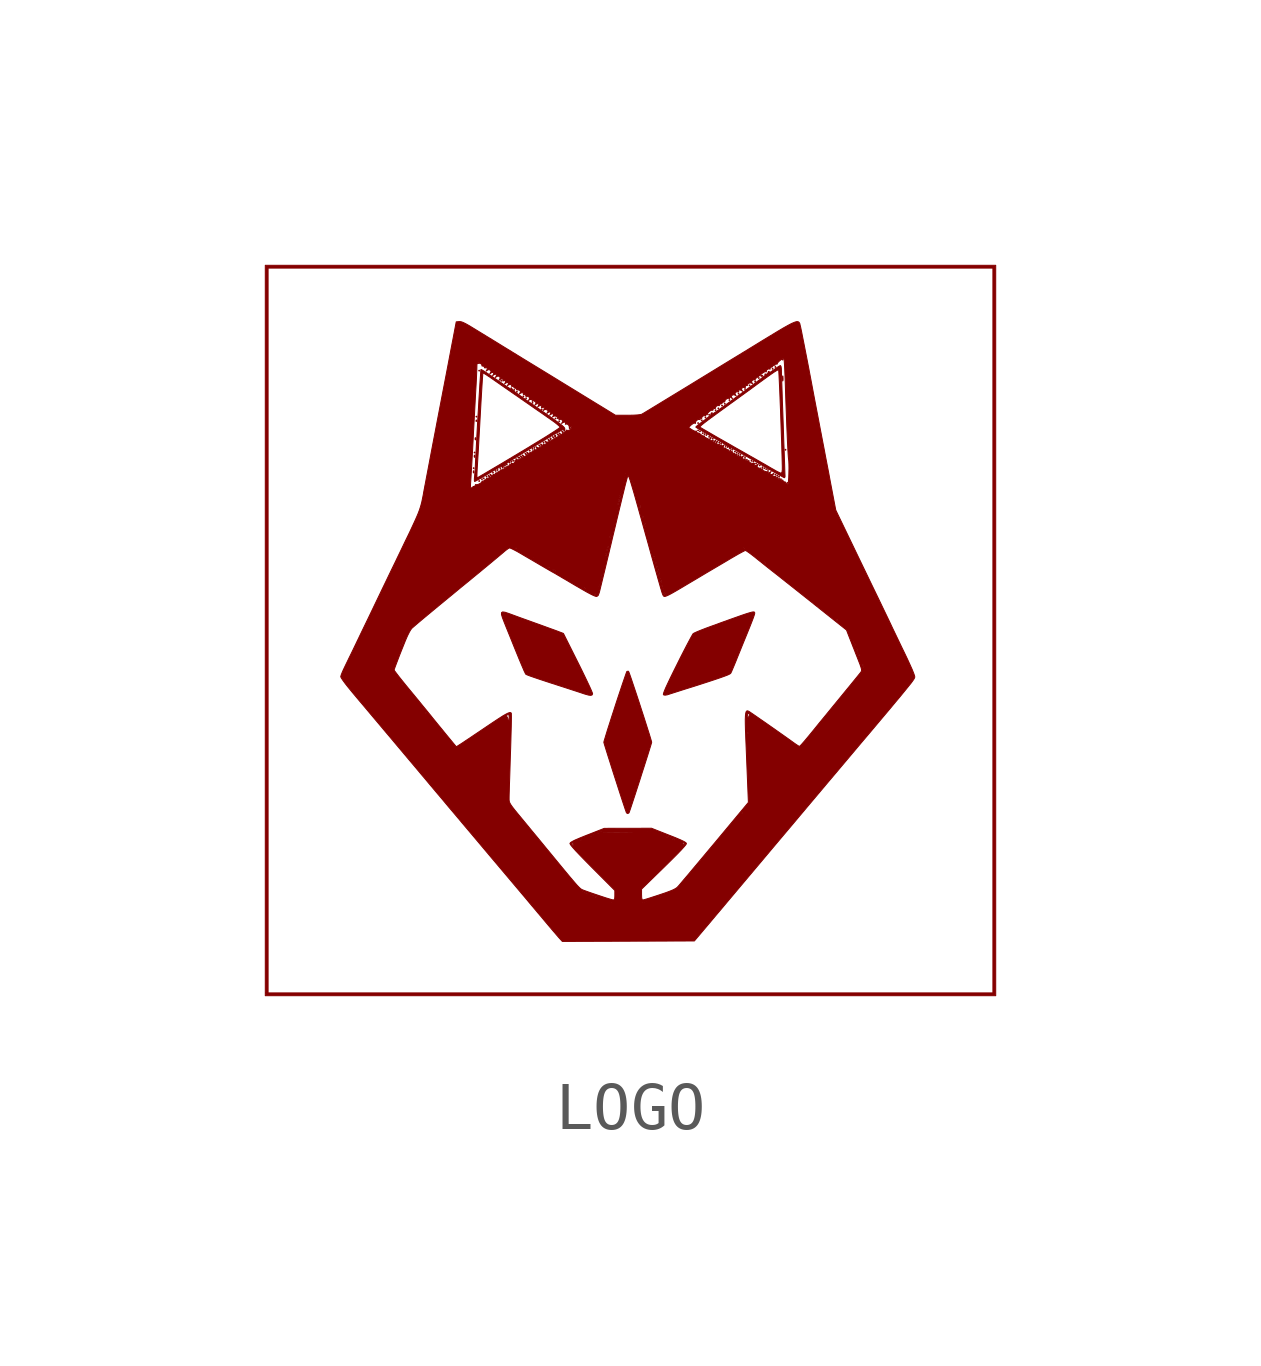
<source format=kicad_sym>
(kicad_symbol_lib
  (version 20220914)
  (generator bitmap2component)
  (symbol "LOGO"
    (pin_names
      (offset 1.016))
    (property "Reference" "#G"
      (at 0 6.97 0)
      (effects (font (size 1.27 1.27)) hide))
    (symbol "LOGO_0_0"
      (polyline (pts (xy 7.605 0) (xy 7.605 7.605) (xy 0 7.605) (xy -7.605 7.605) (xy -7.605 0) (xy -7.605 -7.547) (xy -7.547 -7.547) (xy -7.547 0) (xy -7.547 7.547) (xy 0 7.547) (xy 7.547 7.547) (xy 7.547 0) (xy 7.547 -7.547) (xy 0 -7.547) (xy -7.547 -7.547) (xy -7.605 -7.547) (xy -7.605 -7.605) (xy 0 -7.605) (xy 7.605 -7.605) (xy 7.605 0)) (stroke (width 0.01) (type default)) (fill (type outline)))
      (polyline (pts (xy -0.045 -6.47) (xy 1.33 -6.465) (xy 1.5 -6.264) (xy 1.532 -6.226) (xy 1.593 -6.154) (xy 1.674 -6.058) (xy 1.771 -5.942) (xy 1.883 -5.81) (xy 2.005 -5.664) (xy 2.136 -5.509) (xy 2.272 -5.347) (xy 2.412 -5.181) (xy 2.464 -5.119) (xy 2.619 -4.935) (xy 2.779 -4.745) (xy 2.941 -4.552) (xy 3.1 -4.363) (xy 3.252 -4.183) (xy 3.393 -4.016) (xy 3.517 -3.868) (xy 3.621 -3.745) (xy 3.674 -3.681) (xy 3.809 -3.521) (xy 3.954 -3.349) (xy 4.101 -3.174) (xy 4.245 -3.004) (xy 4.377 -2.847) (xy 4.492 -2.711) (xy 4.592 -2.592) (xy 4.799 -2.346) (xy 4.984 -2.128) (xy 5.147 -1.934) (xy 5.29 -1.764) (xy 5.414 -1.617) (xy 5.52 -1.489) (xy 5.611 -1.381) (xy 5.686 -1.289) (xy 5.748 -1.213) (xy 5.798 -1.151) (xy 5.838 -1.102) (xy 5.867 -1.063) (xy 5.888 -1.033) (xy 5.903 -1.01) (xy 5.912 -0.993) (xy 5.917 -0.981) (xy 5.919 -0.97) (xy 5.919 -0.961) (xy 5.916 -0.945) (xy 5.898 -0.893) (xy 5.867 -0.815) (xy 5.822 -0.715) (xy 5.768 -0.597) (xy 5.706 -0.467) (xy 5.665 -0.383) (xy 5.604 -0.256) (xy 5.547 -0.137) (xy 5.497 -0.033) (xy 5.457 0.05) (xy 5.431 0.105) (xy 5.423 0.123) (xy 5.393 0.186) (xy 5.35 0.276) (xy 5.296 0.388) (xy 5.235 0.515) (xy 5.169 0.653) (xy 5.1 0.795) (xy 5.021 0.958) (xy 4.929 1.149) (xy 4.83 1.354) (xy 4.731 1.559) (xy 4.637 1.755) (xy 4.553 1.929) (xy 4.274 2.508) (xy 4.147 3.174) (xy 4.129 3.272) (xy 4.096 3.444) (xy 4.063 3.614) (xy 4.033 3.774) (xy 4.005 3.918) (xy 3.982 4.038) (xy 3.965 4.128) (xy 3.964 4.131) (xy 3.949 4.21) (xy 3.928 4.321) (xy 3.902 4.459) (xy 3.871 4.619) (xy 3.837 4.797) (xy 3.801 4.987) (xy 3.764 5.184) (xy 3.726 5.383) (xy 3.716 5.438) (xy 3.68 5.624) (xy 3.646 5.798) (xy 3.615 5.957) (xy 3.587 6.097) (xy 3.564 6.215) (xy 3.545 6.306) (xy 3.531 6.366) (xy 3.525 6.393) (xy 3.517 6.407) (xy 3.503 6.424) (xy 3.483 6.432) (xy 3.454 6.431) (xy 3.413 6.418) (xy 3.356 6.394) (xy 3.282 6.355) (xy 3.187 6.302) (xy 3.069 6.232) (xy 2.924 6.144) (xy 2.749 6.038) (xy 2.59 5.94) (xy 2.253 5.734) (xy 1.948 5.548) (xy 1.672 5.379) (xy 1.425 5.228) (xy 1.205 5.093) (xy 1.011 4.975) (xy 0.842 4.872) (xy 0.696 4.783) (xy 0.573 4.708) (xy 0.471 4.646) (xy 0.389 4.596) (xy 0.326 4.558) (xy 0.28 4.53) (xy 0.25 4.513) (xy 0.236 4.504) (xy 0.21 4.497) (xy 0.146 4.489) (xy 0.055 4.484) (xy -0.059 4.482) (xy -0.312 4.482) (xy -0.62 4.671) (xy -0.645 4.686) (xy -0.727 4.736) (xy -0.836 4.803) (xy -0.97 4.885) (xy -1.123 4.979) (xy -1.293 5.083) (xy -1.476 5.195) (xy -1.668 5.313) (xy -1.866 5.434) (xy -2.066 5.556) (xy -2.264 5.677) (xy -2.456 5.795) (xy -2.639 5.907) (xy -2.809 6.012) (xy -2.963 6.106) (xy -3.097 6.188) (xy -3.208 6.256) (xy -3.29 6.306) (xy -3.352 6.344) (xy -3.432 6.389) (xy -3.49 6.417) (xy -3.533 6.431) (xy -3.567 6.433) (xy -3.629 6.427) (xy -3.7 6.053) (xy -3.713 5.987) (xy -3.735 5.872) (xy -3.762 5.729) (xy -3.794 5.561) (xy -3.83 5.373) (xy -3.869 5.17) (xy -3.91 4.958) (xy -3.952 4.739) (xy -3.994 4.521) (xy -4.026 4.355) (xy -4.068 4.134) (xy -4.11 3.916) (xy -4.15 3.706) (xy -4.187 3.509) (xy -4.221 3.33) (xy -4.251 3.174) (xy -4.275 3.046) (xy -4.284 3.002) (xy -3.332 3.002) (xy -3.331 3.049) (xy -3.326 3.127) (xy -3.322 3.182) (xy -3.317 3.27) (xy -3.31 3.386) (xy -3.302 3.523) (xy -3.293 3.677) (xy -3.284 3.842) (xy -3.275 4.013) (xy -3.268 4.157) (xy -3.258 4.34) (xy -3.248 4.519) (xy -3.239 4.689) (xy -3.231 4.841) (xy -3.224 4.97) (xy -3.218 5.067) (xy -3.214 5.14) (xy -3.208 5.254) (xy -3.204 5.357) (xy -3.2 5.439) (xy -3.199 5.493) (xy -3.198 5.53) (xy -3.191 5.576) (xy -3.179 5.593) (xy -3.171 5.591) (xy -3.172 5.571) (xy -3.177 5.56) (xy -3.163 5.563) (xy -3.152 5.567) (xy -3.122 5.56) (xy -3.097 5.54) (xy -3.094 5.517) (xy -3.093 5.509) (xy -3.069 5.505) (xy -3.052 5.502) (xy -3.041 5.482) (xy -3.042 5.471) (xy -3.027 5.468) (xy -2.997 5.475) (xy -2.981 5.456) (xy -2.992 5.424) (xy -3.002 5.412) (xy -3.006 5.402) (xy -2.983 5.418) (xy -2.951 5.435) (xy -2.921 5.421) (xy -2.921 5.421) (xy -2.902 5.395) (xy -2.916 5.366) (xy -2.925 5.355) (xy -2.93 5.344) (xy -2.908 5.36) (xy -2.893 5.37) (xy -2.86 5.376) (xy -2.846 5.36) (xy -2.858 5.328) (xy -2.867 5.316) (xy -2.872 5.306) (xy -2.85 5.322) (xy -2.835 5.332) (xy -2.803 5.338) (xy -2.788 5.322) (xy -2.8 5.29) (xy -2.81 5.277) (xy -2.814 5.268) (xy -2.792 5.284) (xy -2.759 5.301) (xy -2.729 5.287) (xy -2.729 5.287) (xy -2.711 5.261) (xy -2.725 5.232) (xy -2.733 5.221) (xy -2.738 5.21) (xy -2.716 5.226) (xy -2.707 5.232) (xy -2.675 5.241) (xy -2.653 5.231) (xy -2.656 5.206) (xy -2.66 5.197) (xy -2.646 5.199) (xy -2.614 5.206) (xy -2.598 5.188) (xy -2.609 5.156) (xy -2.618 5.144) (xy -2.623 5.134) (xy -2.601 5.15) (xy -2.586 5.159) (xy -2.554 5.165) (xy -2.539 5.149) (xy -2.551 5.117) (xy -2.561 5.106) (xy -2.566 5.095) (xy -2.544 5.111) (xy -2.535 5.117) (xy -2.503 5.125) (xy -2.48 5.117) (xy -2.48 5.096) (xy -2.48 5.088) (xy -2.456 5.083) (xy -2.439 5.081) (xy -2.427 5.064) (xy -2.424 5.053) (xy -2.398 5.045) (xy -2.381 5.042) (xy -2.371 5.022) (xy -2.371 5.012) (xy -2.356 5.009) (xy -2.34 5.012) (xy -2.307 4.999) (xy -2.289 4.974) (xy -2.303 4.944) (xy -2.312 4.933) (xy -2.317 4.923) (xy -2.295 4.939) (xy -2.286 4.945) (xy -2.254 4.953) (xy -2.231 4.945) (xy -2.231 4.924) (xy -2.231 4.915) (xy -2.207 4.911) (xy -2.19 4.908) (xy -2.179 4.888) (xy -2.179 4.878) (xy -2.164 4.875) (xy -2.148 4.878) (xy -2.116 4.864) (xy -2.098 4.84) (xy -2.112 4.81) (xy -2.118 4.801) (xy -2.126 4.789) (xy -2.107 4.802) (xy -2.091 4.811) (xy -2.061 4.81) (xy -2.015 4.785) (xy -1.979 4.76) (xy -1.966 4.738) (xy -1.977 4.715) (xy -1.986 4.703) (xy -1.991 4.693) (xy -1.969 4.709) (xy -1.954 4.719) (xy -1.922 4.725) (xy -1.907 4.709) (xy -1.919 4.677) (xy -1.928 4.665) (xy -1.934 4.655) (xy -1.912 4.671) (xy -1.903 4.677) (xy -1.87 4.685) (xy -1.849 4.675) (xy -1.851 4.65) (xy -1.855 4.641) (xy -1.842 4.643) (xy -1.81 4.651) (xy -1.793 4.633) (xy -1.804 4.6) (xy -1.809 4.593) (xy -1.818 4.579) (xy -1.802 4.592) (xy -1.78 4.604) (xy -1.739 4.595) (xy -1.731 4.591) (xy -1.713 4.571) (xy -1.728 4.543) (xy -1.737 4.531) (xy -1.742 4.521) (xy -1.72 4.537) (xy -1.705 4.546) (xy -1.673 4.553) (xy -1.658 4.536) (xy -1.67 4.505) (xy -1.679 4.493) (xy -1.685 4.482) (xy -1.663 4.498) (xy -1.648 4.508) (xy -1.616 4.514) (xy -1.6 4.498) (xy -1.612 4.466) (xy -1.618 4.458) (xy -1.626 4.445) (xy -1.61 4.457) (xy -1.585 4.467) (xy -1.551 4.463) (xy -1.525 4.447) (xy -1.523 4.424) (xy -1.524 4.416) (xy -1.502 4.419) (xy -1.48 4.423) (xy -1.484 4.406) (xy -1.491 4.391) (xy -1.477 4.395) (xy -1.46 4.399) (xy -1.426 4.386) (xy -1.408 4.361) (xy -1.422 4.331) (xy -1.431 4.32) (xy -1.435 4.31) (xy -1.413 4.326) (xy -1.406 4.331) (xy -1.373 4.341) (xy -1.351 4.33) (xy -1.353 4.304) (xy -1.357 4.295) (xy -1.351 4.295) (xy -1.338 4.301) (xy -1.307 4.294) (xy -1.281 4.267) (xy -1.274 4.233) (xy -1.275 4.211) (xy -1.263 4.205) (xy -1.258 4.21) (xy -1.256 4.235) (xy -1.258 4.241) (xy -1.246 4.253) (xy -1.237 4.25) (xy -1.228 4.228) (xy 1.209 4.228) (xy 1.264 4.281) (xy 1.27 4.286) (xy 1.313 4.316) (xy 1.342 4.319) (xy 1.354 4.313) (xy 1.354 4.324) (xy 1.355 4.346) (xy 1.377 4.375) (xy 1.41 4.395) (xy 1.438 4.395) (xy 1.451 4.39) (xy 1.446 4.406) (xy 1.441 4.423) (xy 1.463 4.419) (xy 1.48 4.415) (xy 1.486 4.423) (xy 1.483 4.432) (xy 1.496 4.456) (xy 1.525 4.473) (xy 1.554 4.471) (xy 1.566 4.466) (xy 1.561 4.483) (xy 1.556 4.499) (xy 1.578 4.495) (xy 1.595 4.491) (xy 1.601 4.499) (xy 1.599 4.506) (xy 1.613 4.533) (xy 1.644 4.564) (xy 1.678 4.585) (xy 1.704 4.588) (xy 1.714 4.585) (xy 1.72 4.601) (xy 1.722 4.614) (xy 1.748 4.623) (xy 1.765 4.624) (xy 1.772 4.636) (xy 1.77 4.643) (xy 1.783 4.667) (xy 1.812 4.684) (xy 1.839 4.684) (xy 1.848 4.681) (xy 1.854 4.696) (xy 1.856 4.71) (xy 1.881 4.719) (xy 1.898 4.721) (xy 1.91 4.738) (xy 1.913 4.75) (xy 1.939 4.758) (xy 1.956 4.758) (xy 1.964 4.769) (xy 1.967 4.79) (xy 1.991 4.816) (xy 2.024 4.835) (xy 2.051 4.836) (xy 2.063 4.83) (xy 2.061 4.843) (xy 2.061 4.843) (xy 2.057 4.863) (xy 2.076 4.862) (xy 2.107 4.841) (xy 2.115 4.835) (xy 2.124 4.829) (xy 2.11 4.85) (xy 2.106 4.855) (xy 2.097 4.881) (xy 2.122 4.902) (xy 2.149 4.911) (xy 2.185 4.898) (xy 2.19 4.893) (xy 2.201 4.886) (xy 2.187 4.906) (xy 2.174 4.935) (xy 2.192 4.96) (xy 2.211 4.971) (xy 2.243 4.97) (xy 2.254 4.965) (xy 2.253 4.976) (xy 2.25 4.984) (xy 2.255 5.005) (xy 2.28 5.011) (xy 2.314 4.996) (xy 2.326 4.987) (xy 2.337 4.981) (xy 2.321 5.003) (xy 2.316 5.01) (xy 2.308 5.035) (xy 2.333 5.055) (xy 2.358 5.064) (xy 2.384 5.061) (xy 2.39 5.058) (xy 2.391 5.076) (xy 2.393 5.093) (xy 2.418 5.102) (xy 2.435 5.104) (xy 2.442 5.116) (xy 2.442 5.134) (xy 2.466 5.151) (xy 2.5 5.157) (xy 2.53 5.147) (xy 2.535 5.142) (xy 2.546 5.135) (xy 2.532 5.155) (xy 2.519 5.184) (xy 2.537 5.209) (xy 2.556 5.22) (xy 2.588 5.218) (xy 2.6 5.213) (xy 2.597 5.226) (xy 2.593 5.236) (xy 2.601 5.248) (xy 2.619 5.257) (xy 2.658 5.285) (xy 2.708 5.327) (xy 2.748 5.359) (xy 2.792 5.386) (xy 2.818 5.391) (xy 2.829 5.386) (xy 2.828 5.398) (xy 2.827 5.412) (xy 2.846 5.434) (xy 2.876 5.449) (xy 2.901 5.444) (xy 2.907 5.441) (xy 2.908 5.459) (xy 2.91 5.475) (xy 2.935 5.485) (xy 2.952 5.487) (xy 2.964 5.505) (xy 2.967 5.516) (xy 2.993 5.524) (xy 3.01 5.526) (xy 3.014 5.541) (xy 3.012 5.552) (xy 3.034 5.549) (xy 3.051 5.545) (xy 3.056 5.554) (xy 3.055 5.556) (xy 3.066 5.578) (xy 3.096 5.609) (xy 3.136 5.64) (xy 3.172 5.66) (xy 3.194 5.662) (xy 3.196 5.655) (xy 3.201 5.615) (xy 3.206 5.546) (xy 3.211 5.452) (xy 3.216 5.34) (xy 3.221 5.214) (xy 3.229 4.961) (xy 3.238 4.706) (xy 3.247 4.471) (xy 3.255 4.257) (xy 3.263 4.067) (xy 3.27 3.905) (xy 3.277 3.771) (xy 3.283 3.668) (xy 3.288 3.599) (xy 3.292 3.565) (xy 3.296 3.528) (xy 3.299 3.462) (xy 3.3 3.376) (xy 3.298 3.28) (xy 3.298 3.274) (xy 3.295 3.185) (xy 3.29 3.113) (xy 3.285 3.064) (xy 3.279 3.047) (xy 3.265 3.05) (xy 3.233 3.065) (xy 3.227 3.083) (xy 3.227 3.091) (xy 3.204 3.096) (xy 3.186 3.099) (xy 3.175 3.119) (xy 3.176 3.129) (xy 3.162 3.133) (xy 3.141 3.131) (xy 3.101 3.143) (xy 3.059 3.164) (xy 3.028 3.187) (xy 3.021 3.205) (xy 3.024 3.213) (xy 3.01 3.21) (xy 2.978 3.203) (xy 2.962 3.221) (xy 2.973 3.253) (xy 2.982 3.265) (xy 2.987 3.276) (xy 2.965 3.26) (xy 2.951 3.25) (xy 2.918 3.244) (xy 2.903 3.26) (xy 2.915 3.292) (xy 2.921 3.3) (xy 2.929 3.313) (xy 2.912 3.3) (xy 2.912 3.299) (xy 2.881 3.279) (xy 2.862 3.278) (xy 2.866 3.298) (xy 2.87 3.308) (xy 2.858 3.307) (xy 2.835 3.305) (xy 2.795 3.316) (xy 2.753 3.336) (xy 2.721 3.359) (xy 2.714 3.377) (xy 2.717 3.385) (xy 2.703 3.382) (xy 2.686 3.378) (xy 2.652 3.391) (xy 2.634 3.416) (xy 2.648 3.446) (xy 2.657 3.457) (xy 2.662 3.467) (xy 2.639 3.451) (xy 2.631 3.445) (xy 2.598 3.436) (xy 2.576 3.447) (xy 2.579 3.471) (xy 2.583 3.48) (xy 2.571 3.479) (xy 2.568 3.478) (xy 2.537 3.477) (xy 2.499 3.49) (xy 2.471 3.51) (xy 2.465 3.53) (xy 2.468 3.538) (xy 2.457 3.537) (xy 2.448 3.533) (xy 2.416 3.533) (xy 2.391 3.547) (xy 2.388 3.568) (xy 2.392 3.576) (xy 2.378 3.574) (xy 2.346 3.567) (xy 2.33 3.585) (xy 2.341 3.617) (xy 2.349 3.628) (xy 2.355 3.639) (xy 2.334 3.624) (xy 2.315 3.613) (xy 2.284 3.613) (xy 2.235 3.632) (xy 2.22 3.64) (xy 2.185 3.663) (xy 2.175 3.679) (xy 2.174 3.686) (xy 2.15 3.69) (xy 2.133 3.693) (xy 2.122 3.713) (xy 2.122 3.723) (xy 2.109 3.727) (xy 2.102 3.724) (xy 2.072 3.725) (xy 2.045 3.737) (xy 2.04 3.754) (xy 2.039 3.762) (xy 2.016 3.767) (xy 1.998 3.769) (xy 1.988 3.789) (xy 1.988 3.8) (xy 1.974 3.803) (xy 1.943 3.796) (xy 1.928 3.815) (xy 1.939 3.847) (xy 1.948 3.859) (xy 1.953 3.869) (xy 1.931 3.853) (xy 1.918 3.846) (xy 1.896 3.844) (xy 1.862 3.854) (xy 1.81 3.881) (xy 1.733 3.925) (xy 1.685 3.953) (xy 1.62 3.989) (xy 1.572 4.013) (xy 1.549 4.023) (xy 1.543 4.024) (xy 1.542 4.042) (xy 1.544 4.05) (xy 1.528 4.05) (xy 1.501 4.054) (xy 1.466 4.079) (xy 1.434 4.105) (xy 1.394 4.118) (xy 1.374 4.122) (xy 1.371 4.141) (xy 1.376 4.151) (xy 1.364 4.15) (xy 1.357 4.148) (xy 1.322 4.157) (xy 1.276 4.183) (xy 1.209 4.228) (xy -1.228 4.228) (xy -1.226 4.224) (xy -1.228 4.215) (xy -1.252 4.185) (xy -1.291 4.166) (xy -1.327 4.168) (xy -1.337 4.173) (xy -1.336 4.166) (xy -1.336 4.166) (xy -1.349 4.149) (xy -1.388 4.118) (xy -1.449 4.076) (xy -1.525 4.029) (xy -1.533 4.024) (xy -1.618 3.974) (xy -1.677 3.942) (xy -1.716 3.926) (xy -1.742 3.923) (xy -1.76 3.931) (xy -1.77 3.939) (xy -1.781 3.945) (xy -1.766 3.924) (xy -1.755 3.892) (xy -1.771 3.874) (xy -1.805 3.881) (xy -1.815 3.886) (xy -1.815 3.879) (xy -1.813 3.876) (xy -1.825 3.854) (xy -1.86 3.827) (xy -1.89 3.81) (xy -1.923 3.802) (xy -1.951 3.816) (xy -1.962 3.824) (xy -1.973 3.83) (xy -1.958 3.809) (xy -1.946 3.778) (xy -1.962 3.759) (xy -1.995 3.766) (xy -2.007 3.771) (xy -2.002 3.754) (xy -1.996 3.738) (xy -2.018 3.741) (xy -2.036 3.744) (xy -2.045 3.73) (xy -2.048 3.717) (xy -2.075 3.709) (xy -2.093 3.709) (xy -2.099 3.701) (xy -2.098 3.698) (xy -2.116 3.679) (xy -2.157 3.651) (xy -2.212 3.618) (xy -2.273 3.585) (xy -2.33 3.557) (xy -2.374 3.539) (xy -2.398 3.536) (xy -2.407 3.541) (xy -2.407 3.53) (xy -2.404 3.52) (xy -2.415 3.494) (xy -2.443 3.476) (xy -2.473 3.478) (xy -2.486 3.483) (xy -2.48 3.467) (xy -2.475 3.45) (xy -2.496 3.454) (xy -2.514 3.457) (xy -2.523 3.442) (xy -2.527 3.43) (xy -2.554 3.422) (xy -2.572 3.422) (xy -2.578 3.414) (xy -2.579 3.403) (xy -2.604 3.382) (xy -2.641 3.36) (xy -2.678 3.345) (xy -2.703 3.344) (xy -2.711 3.346) (xy -2.716 3.33) (xy -2.718 3.316) (xy -2.744 3.307) (xy -2.761 3.305) (xy -2.765 3.289) (xy -2.762 3.279) (xy -2.784 3.281) (xy -2.802 3.285) (xy -2.811 3.27) (xy -2.814 3.257) (xy -2.818 3.256) (xy -0.115 3.256) (xy -0.114 3.267) (xy -0.102 3.269) (xy -0.1 3.266) (xy -0.102 3.244) (xy -0.108 3.241) (xy -0.115 3.256) (xy -2.818 3.256) (xy -2.841 3.25) (xy -2.859 3.249) (xy -2.865 3.242) (xy -2.867 3.231) (xy -2.891 3.209) (xy -2.923 3.191) (xy -0.133 3.191) (xy -0.13 3.21) (xy -0.121 3.203) (xy -0.118 3.191) (xy -0.122 3.166) (xy -0.129 3.166) (xy -0.133 3.191) (xy -2.923 3.191) (xy -2.928 3.188) (xy -2.966 3.172) (xy -2.99 3.171) (xy -2.998 3.174) (xy -3.003 3.157) (xy -3.006 3.144) (xy -3.031 3.135) (xy -3.048 3.133) (xy -3.052 3.117) (xy -3.051 3.114) (xy -0.152 3.114) (xy -0.149 3.133) (xy -0.14 3.126) (xy -0.137 3.115) (xy -0.142 3.089) (xy -0.148 3.09) (xy -0.152 3.114) (xy -3.051 3.114) (xy -3.05 3.106) (xy -3.072 3.109) (xy -3.09 3.113) (xy -3.094 3.104) (xy -3.094 3.094) (xy -3.116 3.072) (xy -3.153 3.05) (xy -3.192 3.036) (xy -3.219 3.037) (xy -3.227 3.039) (xy -3.233 3.023) (xy -3.236 3.01) (xy -3.261 3) (xy -3.278 2.999) (xy -3.278 2.998) (xy -0.172 2.998) (xy -0.163 3.007) (xy -0.153 2.998) (xy -0.163 2.988) (xy -0.172 2.998) (xy -3.278 2.998) (xy -3.284 2.986) (xy -3.283 2.977) (xy -3.306 2.969) (xy -3.313 2.97) (xy -3.326 2.978) (xy -3.332 3.002) (xy -4.284 3.002) (xy -4.293 2.95) (xy -4.295 2.942) (xy -0.19 2.942) (xy -0.187 2.961) (xy -0.178 2.954) (xy -0.175 2.942) (xy -0.18 2.917) (xy -0.186 2.917) (xy -0.19 2.942) (xy -4.295 2.942) (xy -4.299 2.921) (xy -4.308 2.873) (xy -0.211 2.873) (xy -0.209 2.883) (xy -0.198 2.886) (xy -0.196 2.883) (xy -0.198 2.861) (xy -0.204 2.857) (xy -0.211 2.873) (xy -4.308 2.873) (xy -4.314 2.835) (xy -4.323 2.789) (xy -0.228 2.789) (xy -0.225 2.808) (xy -0.217 2.8) (xy -0.214 2.789) (xy -0.218 2.764) (xy -0.225 2.764) (xy -0.228 2.789) (xy -4.323 2.789) (xy -4.329 2.761) (xy -4.341 2.701) (xy -0.246 2.701) (xy -0.243 2.727) (xy -0.236 2.725) (xy -0.234 2.716) (xy -0.236 2.677) (xy -0.243 2.674) (xy -0.246 2.701) (xy -4.341 2.701) (xy -4.342 2.695) (xy -4.357 2.634) (xy -4.357 2.634) (xy -0.268 2.634) (xy -0.259 2.643) (xy -0.249 2.634) (xy -0.259 2.624) (xy -0.268 2.634) (xy -4.357 2.634) (xy -4.374 2.574) (xy -4.386 2.538) (xy -0.287 2.538) (xy -0.278 2.548) (xy -0.268 2.538) (xy -0.278 2.529) (xy -0.287 2.538) (xy -4.386 2.538) (xy -4.394 2.511) (xy -4.406 2.481) (xy -0.306 2.481) (xy -0.297 2.49) (xy -0.287 2.481) (xy -0.297 2.471) (xy -0.306 2.481) (xy -4.406 2.481) (xy -4.42 2.443) (xy -4.453 2.365) (xy -4.494 2.273) (xy -4.513 2.232) (xy -0.364 2.232) (xy -0.354 2.241) (xy -0.345 2.232) (xy -0.354 2.222) (xy -0.364 2.232) (xy -4.513 2.232) (xy -4.531 2.193) (xy -0.364 2.193) (xy -0.354 2.203) (xy -0.345 2.193) (xy -0.354 2.184) (xy -0.364 2.193) (xy -4.531 2.193) (xy -4.544 2.165) (xy -4.604 2.037) (xy -4.63 1.983) (xy -0.421 1.983) (xy -0.412 1.992) (xy -0.402 1.983) (xy -0.412 1.973) (xy -0.421 1.983) (xy -4.63 1.983) (xy -4.649 1.944) (xy -0.441 1.944) (xy -0.431 1.954) (xy -0.421 1.944) (xy -0.431 1.935) (xy -0.441 1.944) (xy -4.649 1.944) (xy -4.678 1.885) (xy -4.746 1.743) (xy -0.479 1.743) (xy -0.477 1.753) (xy -0.466 1.756) (xy -0.464 1.753) (xy -0.466 1.73) (xy -0.472 1.727) (xy -0.479 1.743) (xy -4.746 1.743) (xy -4.764 1.705) (xy -4.866 1.494) (xy -4.888 1.447) (xy -4.962 1.295) (xy -5.035 1.144) (xy -5.104 1) (xy -5.167 0.87) (xy -5.219 0.761) (xy -5.258 0.68) (xy -5.362 0.463) (xy -5.47 0.238) (xy -5.564 0.044) (xy -5.645 -0.124) (xy -5.663 -0.163) (xy -4.731 -0.163) (xy -4.722 -0.153) (xy -4.712 -0.163) (xy -4.722 -0.172) (xy -4.731 -0.163) (xy -5.663 -0.163) (xy -5.691 -0.22) (xy -4.75 -0.22) (xy -4.741 -0.211) (xy -4.731 -0.22) (xy -4.741 -0.23) (xy -4.75 -0.22) (xy -5.691 -0.22) (xy -5.713 -0.266) (xy -5.737 -0.316) (xy -4.788 -0.316) (xy -4.786 -0.303) (xy -4.77 -0.268) (xy -4.759 -0.255) (xy -4.751 -0.259) (xy -4.753 -0.272) (xy -4.77 -0.306) (xy -4.78 -0.32) (xy -4.788 -0.316) (xy -5.737 -0.316) (xy -5.771 -0.387) (xy -5.82 -0.488) (xy -5.861 -0.571) (xy -5.894 -0.64) (xy -5.922 -0.697) (xy -5.945 -0.745) (xy -5.971 -0.8) (xy -5.982 -0.823) (xy -4.923 -0.823) (xy -4.921 -0.817) (xy -4.909 -0.78) (xy -4.885 -0.715) (xy -4.852 -0.628) (xy -4.812 -0.523) (xy -4.766 -0.407) (xy -4.74 -0.342) (xy -4.687 -0.21) (xy -4.643 -0.109) (xy -4.606 -0.035) (xy -4.576 0.016) (xy -4.551 0.048) (xy -4.537 0.06) (xy -4.493 0.098) (xy -4.424 0.157) (xy -4.335 0.232) (xy -4.227 0.322) (xy -4.105 0.423) (xy -3.971 0.534) (xy -3.83 0.65) (xy -3.684 0.77) (xy -3.538 0.891) (xy -3.393 1.009) (xy -3.339 1.053) (xy -3.25 1.127) (xy -3.148 1.21) (xy -3.041 1.299) (xy -2.933 1.388) (xy -2.831 1.473) (xy -2.74 1.549) (xy -2.667 1.61) (xy -2.618 1.652) (xy -2.592 1.673) (xy -2.548 1.705) (xy -2.52 1.72) (xy -2.518 1.72) (xy -2.501 1.714) (xy -2.394 1.714) (xy -2.385 1.724) (xy -2.375 1.714) (xy -2.385 1.705) (xy -2.394 1.714) (xy -2.501 1.714) (xy -2.487 1.71) (xy -2.433 1.683) (xy -2.419 1.676) (xy -0.498 1.676) (xy -0.488 1.686) (xy -0.479 1.676) (xy -0.488 1.667) (xy -0.498 1.676) (xy -2.419 1.676) (xy -2.36 1.645) (xy -2.277 1.597) (xy -2.251 1.582) (xy -0.516 1.582) (xy -0.513 1.601) (xy -0.504 1.593) (xy -0.501 1.582) (xy -0.506 1.557) (xy -0.512 1.557) (xy -0.516 1.582) (xy -2.251 1.582) (xy -2.201 1.552) (xy -2.118 1.504) (xy -2.03 1.504) (xy -2.021 1.513) (xy -2.011 1.504) (xy -2.021 1.494) (xy -2.03 1.504) (xy -2.118 1.504) (xy -2.097 1.492) (xy -1.988 1.428) (xy -1.879 1.364) (xy -1.855 1.35) (xy -0.575 1.35) (xy -0.565 1.36) (xy -0.555 1.35) (xy -0.565 1.341) (xy -0.575 1.35) (xy -1.855 1.35) (xy -1.825 1.333) (xy -1.737 1.333) (xy -1.73 1.341) (xy -1.723 1.34) (xy -1.695 1.322) (xy -1.689 1.311) (xy -1.693 1.304) (xy -1.724 1.322) (xy -1.737 1.333) (xy -1.825 1.333) (xy -1.778 1.305) (xy -1.731 1.278) (xy -1.624 1.278) (xy -1.595 1.265) (xy -1.567 1.249) (xy -1.552 1.235) (xy -1.553 1.228) (xy -1.566 1.231) (xy -1.601 1.256) (xy -1.621 1.272) (xy -1.624 1.278) (xy -1.731 1.278) (xy -1.69 1.254) (xy -1.622 1.215) (xy -1.58 1.192) (xy -1.573 1.188) (xy -1.534 1.165) (xy -1.524 1.159) (xy -0.613 1.159) (xy -0.603 1.169) (xy -0.594 1.159) (xy -0.603 1.149) (xy -0.613 1.159) (xy -1.524 1.159) (xy -1.47 1.128) (xy -1.426 1.101) (xy -0.632 1.101) (xy -0.623 1.111) (xy -0.613 1.101) (xy -0.623 1.092) (xy -0.632 1.101) (xy -1.426 1.101) (xy -1.391 1.081) (xy -1.302 1.029) (xy -1.286 1.019) (xy -1.169 0.95) (xy -0.669 0.95) (xy -0.666 0.969) (xy -0.657 0.961) (xy -0.654 0.95) (xy -0.659 0.925) (xy -0.665 0.925) (xy -0.669 0.95) (xy -1.169 0.95) (xy -1.13 0.927) (xy -1.074 0.895) (xy -0.974 0.895) (xy -0.961 0.892) (xy -0.952 0.887) (xy -0.939 0.87) (xy -0.939 0.868) (xy -0.95 0.864) (xy -0.969 0.884) (xy -0.974 0.895) (xy -1.074 0.895) (xy -1.004 0.854) (xy -0.904 0.797) (xy -0.828 0.757) (xy -0.747 0.757) (xy -0.738 0.766) (xy -0.728 0.757) (xy -0.738 0.747) (xy -0.747 0.757) (xy -0.828 0.757) (xy -0.827 0.756) (xy -0.771 0.729) (xy -0.733 0.714) (xy -0.71 0.709) (xy -0.7 0.71) (xy -0.673 0.73) (xy -0.653 0.781) (xy -0.653 0.781) (xy -0.641 0.825) (xy -0.623 0.899) (xy -0.599 0.997) (xy -0.571 1.113) (xy -0.54 1.24) (xy -0.508 1.373) (xy -0.477 1.503) (xy -0.447 1.626) (xy -0.422 1.734) (xy -0.42 1.739) (xy -0.399 1.828) (xy -0.373 1.939) (xy -0.344 2.059) (xy -0.316 2.174) (xy -0.297 2.256) (xy -0.266 2.385) (xy -0.231 2.53) (xy -0.195 2.678) (xy -0.162 2.816) (xy -0.157 2.835) (xy -0.129 2.949) (xy -0.104 3.05) (xy -0.082 3.132) (xy -0.066 3.19) (xy -0.058 3.216) (xy -0.058 3.216) (xy -0.052 3.222) (xy -0.046 3.219) (xy -0.037 3.206) (xy -0.026 3.179) (xy -0.01 3.136) (xy 0 3.103) (xy 0.038 3.103) (xy 0.04 3.113) (xy 0.051 3.116) (xy 0.053 3.113) (xy 0.051 3.09) (xy 0.045 3.087) (xy 0.038 3.103) (xy 0 3.103) (xy 0.009 3.074) (xy 0.015 3.055) (xy 0.058 3.055) (xy 0.067 3.065) (xy 0.077 3.055) (xy 0.067 3.046) (xy 0.058 3.055) (xy 0.015 3.055) (xy 0.034 2.991) (xy 0.066 2.884) (xy 0.104 2.75) (xy 0.142 2.615) (xy 0.182 2.615) (xy 0.195 2.61) (xy 0.202 2.599) (xy 0.207 2.564) (xy 0.198 2.559) (xy 0.186 2.584) (xy 0.186 2.586) (xy 0.182 2.615) (xy 0.142 2.615) (xy 0.15 2.588) (xy 0.204 2.393) (xy 0.212 2.366) (xy 0.249 2.366) (xy 0.259 2.375) (xy 0.268 2.366) (xy 0.259 2.356) (xy 0.249 2.366) (xy 0.212 2.366) (xy 0.245 2.248) (xy 0.289 2.248) (xy 0.295 2.25) (xy 0.308 2.224) (xy 0.318 2.192) (xy 0.319 2.171) (xy 0.316 2.169) (xy 0.304 2.184) (xy 0.293 2.215) (xy 0.289 2.248) (xy 0.245 2.248) (xy 0.268 2.164) (xy 0.308 2.021) (xy 0.345 2.021) (xy 0.354 2.03) (xy 0.364 2.021) (xy 0.354 2.011) (xy 0.345 2.021) (xy 0.308 2.021) (xy 0.324 1.963) (xy 0.364 1.963) (xy 0.374 1.973) (xy 0.383 1.963) (xy 0.374 1.954) (xy 0.364 1.963) (xy 0.324 1.963) (xy 0.336 1.922) (xy 0.393 1.718) (xy 2.343 1.718) (xy 2.346 1.72) (xy 2.369 1.718) (xy 2.372 1.712) (xy 2.356 1.705) (xy 2.346 1.706) (xy 2.343 1.718) (xy 0.393 1.718) (xy 0.4 1.692) (xy 0.447 1.522) (xy 0.484 1.522) (xy 0.484 1.544) (xy 0.491 1.544) (xy 0.505 1.524) (xy 0.509 1.509) (xy 0.506 1.495) (xy 0.488 1.514) (xy 0.484 1.522) (xy 0.447 1.522) (xy 0.455 1.494) (xy 0.479 1.408) (xy 0.517 1.408) (xy 0.527 1.417) (xy 0.536 1.408) (xy 0.527 1.398) (xy 0.517 1.408) (xy 0.479 1.408) (xy 0.494 1.355) (xy 0.544 1.355) (xy 0.55 1.351) (xy 0.563 1.322) (xy 0.58 1.26) (xy 0.604 1.164) (xy 0.611 1.127) (xy 0.609 1.111) (xy 0.608 1.111) (xy 0.597 1.131) (xy 0.583 1.176) (xy 0.567 1.232) (xy 0.553 1.289) (xy 0.544 1.334) (xy 0.544 1.355) (xy 0.494 1.355) (xy 0.502 1.326) (xy 0.542 1.185) (xy 0.572 1.079) (xy 0.614 1.079) (xy 0.62 1.082) (xy 0.634 1.056) (xy 0.644 1.023) (xy 0.644 1.002) (xy 0.642 1.001) (xy 0.63 1.015) (xy 0.618 1.047) (xy 0.614 1.079) (xy 0.572 1.079) (xy 0.575 1.068) (xy 0.602 0.975) (xy 0.615 0.929) (xy 0.651 0.929) (xy 0.661 0.939) (xy 0.67 0.929) (xy 0.661 0.919) (xy 0.651 0.929) (xy 0.615 0.929) (xy 0.623 0.9) (xy 0.631 0.872) (xy 0.67 0.872) (xy 0.68 0.881) (xy 0.69 0.872) (xy 0.68 0.862) (xy 0.67 0.872) (xy 0.631 0.872) (xy 0.64 0.844) (xy 0.652 0.802) (xy 0.655 0.794) (xy 0.693 0.794) (xy 0.701 0.793) (xy 0.724 0.774) (xy 0.735 0.758) (xy 0.73 0.747) (xy 0.713 0.754) (xy 0.694 0.775) (xy 0.693 0.794) (xy 0.655 0.794) (xy 0.662 0.773) (xy 0.669 0.754) (xy 0.674 0.742) (xy 0.675 0.74) (xy 0.683 0.725) (xy 0.693 0.714) (xy 0.707 0.709) (xy 0.729 0.712) (xy 0.761 0.724) (xy 0.808 0.746) (xy 0.871 0.78) (xy 0.955 0.828) (xy 1.062 0.891) (xy 1.196 0.971) (xy 1.36 1.068) (xy 1.38 1.08) (xy 1.477 1.138) (xy 1.569 1.193) (xy 1.649 1.24) (xy 1.705 1.273) (xy 1.732 1.289) (xy 1.8 1.329) (xy 1.888 1.381) (xy 1.988 1.44) (xy 2.09 1.501) (xy 2.161 1.542) (xy 2.247 1.592) (xy 2.319 1.631) (xy 2.369 1.657) (xy 2.393 1.667) (xy 2.394 1.667) (xy 2.418 1.654) (xy 2.465 1.622) (xy 2.528 1.575) (xy 2.601 1.518) (xy 2.62 1.502) (xy 2.709 1.431) (xy 2.781 1.431) (xy 2.794 1.429) (xy 2.802 1.423) (xy 2.816 1.407) (xy 2.816 1.404) (xy 2.805 1.4) (xy 2.785 1.42) (xy 2.781 1.431) (xy 2.709 1.431) (xy 2.711 1.43) (xy 2.816 1.345) (xy 2.926 1.258) (xy 3.028 1.178) (xy 3.034 1.174) (xy 3.107 1.116) (xy 3.205 1.038) (xy 3.323 0.945) (xy 3.454 0.841) (xy 3.595 0.729) (xy 3.741 0.613) (xy 3.885 0.498) (xy 4.234 0.22) (xy 4.291 0.22) (xy 4.3 0.23) (xy 4.31 0.22) (xy 4.3 0.211) (xy 4.291 0.22) (xy 4.234 0.22) (xy 4.498 0.01) (xy 4.55 -0.124) (xy 4.559 -0.147) (xy 4.59 -0.225) (xy 4.596 -0.239) (xy 4.636 -0.239) (xy 4.645 -0.23) (xy 4.655 -0.239) (xy 4.645 -0.249) (xy 4.636 -0.239) (xy 4.596 -0.239) (xy 4.612 -0.281) (xy 4.656 -0.281) (xy 4.659 -0.271) (xy 4.676 -0.294) (xy 4.687 -0.316) (xy 4.688 -0.338) (xy 4.681 -0.337) (xy 4.667 -0.315) (xy 4.656 -0.281) (xy 4.612 -0.281) (xy 4.628 -0.323) (xy 4.65 -0.377) (xy 4.694 -0.377) (xy 4.698 -0.367) (xy 4.715 -0.389) (xy 4.725 -0.412) (xy 4.726 -0.433) (xy 4.719 -0.433) (xy 4.705 -0.411) (xy 4.694 -0.377) (xy 4.65 -0.377) (xy 4.672 -0.433) (xy 4.687 -0.473) (xy 4.733 -0.473) (xy 4.736 -0.463) (xy 4.753 -0.485) (xy 4.763 -0.508) (xy 4.764 -0.529) (xy 4.758 -0.529) (xy 4.743 -0.507) (xy 4.733 -0.473) (xy 4.687 -0.473) (xy 4.715 -0.543) (xy 4.747 -0.625) (xy 4.78 -0.709) (xy 4.783 -0.718) (xy 4.827 -0.718) (xy 4.837 -0.709) (xy 4.846 -0.718) (xy 4.837 -0.728) (xy 4.827 -0.718) (xy 4.783 -0.718) (xy 4.796 -0.757) (xy 4.846 -0.757) (xy 4.856 -0.747) (xy 4.865 -0.757) (xy 4.856 -0.766) (xy 4.846 -0.757) (xy 4.796 -0.757) (xy 4.8 -0.768) (xy 4.811 -0.808) (xy 4.812 -0.834) (xy 4.806 -0.853) (xy 4.794 -0.871) (xy 4.784 -0.884) (xy 4.749 -0.927) (xy 4.697 -0.991) (xy 4.635 -1.067) (xy 4.566 -1.152) (xy 4.514 -1.215) (xy 4.361 -1.402) (xy 4.209 -1.587) (xy 4.064 -1.765) (xy 3.929 -1.929) (xy 3.81 -2.076) (xy 3.71 -2.198) (xy 3.683 -2.23) (xy 3.623 -2.302) (xy 3.572 -2.36) (xy 3.536 -2.399) (xy 3.519 -2.413) (xy 3.517 -2.413) (xy 3.49 -2.399) (xy 3.443 -2.368) (xy 3.385 -2.327) (xy 3.382 -2.325) (xy 3.323 -2.282) (xy 3.24 -2.223) (xy 3.138 -2.151) (xy 3.026 -2.072) (xy 2.909 -1.99) (xy 2.795 -1.91) (xy 2.689 -1.837) (xy 2.6 -1.775) (xy 2.533 -1.729) (xy 2.522 -1.722) (xy 2.489 -1.699) (xy 2.462 -1.682) (xy 2.439 -1.673) (xy 2.421 -1.676) (xy 2.408 -1.692) (xy 2.399 -1.725) (xy 2.393 -1.778) (xy 2.393 -1.786) (xy 2.433 -1.786) (xy 2.433 -1.778) (xy 2.441 -1.738) (xy 2.458 -1.722) (xy 2.476 -1.738) (xy 2.475 -1.761) (xy 2.459 -1.801) (xy 2.433 -1.849) (xy 2.433 -1.786) (xy 2.393 -1.786) (xy 2.39 -1.852) (xy 2.391 -1.951) (xy 2.394 -2.077) (xy 2.397 -2.136) (xy 2.433 -2.136) (xy 2.442 -2.126) (xy 2.452 -2.136) (xy 2.442 -2.145) (xy 2.433 -2.136) (xy 2.397 -2.136) (xy 2.4 -2.233) (xy 2.408 -2.423) (xy 2.417 -2.647) (xy 2.455 -3.58) (xy 2.27 -3.802) (xy 2.318 -3.802) (xy 2.327 -3.793) (xy 2.337 -3.802) (xy 2.327 -3.812) (xy 2.318 -3.802) (xy 2.27 -3.802) (xy 1.748 -4.429) (xy 1.648 -4.548) (xy 1.521 -4.7) (xy 1.402 -4.842) (xy 1.293 -4.972) (xy 1.197 -5.087) (xy 1.115 -5.183) (xy 1.051 -5.259) (xy 1.007 -5.311) (xy 0.984 -5.336) (xy 0.971 -5.35) (xy 0.937 -5.374) (xy 0.889 -5.399) (xy 0.822 -5.427) (xy 0.728 -5.462) (xy 0.603 -5.504) (xy 0.509 -5.535) (xy 0.477 -5.545) (xy 0.613 -5.545) (xy 0.623 -5.536) (xy 0.632 -5.545) (xy 0.623 -5.555) (xy 0.613 -5.545) (xy 0.477 -5.545) (xy 0.413 -5.566) (xy 0.334 -5.591) (xy 0.279 -5.607) (xy 0.254 -5.612) (xy 0.244 -5.607) (xy 0.233 -5.571) (xy 0.23 -5.499) (xy 0.23 -5.386) (xy 0.701 -4.927) (xy 0.702 -4.926) (xy 0.847 -4.783) (xy 0.965 -4.665) (xy 1.055 -4.572) (xy 1.118 -4.502) (xy 1.155 -4.457) (xy 1.165 -4.434) (xy 1.151 -4.417) (xy 1.11 -4.392) (xy 1.038 -4.358) (xy 0.935 -4.314) (xy 0.798 -4.26) (xy 0.438 -4.118) (xy -0.054 -4.119) (xy -0.546 -4.12) (xy -0.727 -4.191) (xy -0.626 -4.191) (xy -0.624 -4.19) (xy -0.594 -4.186) (xy -0.531 -4.184) (xy -0.441 -4.181) (xy -0.328 -4.18) (xy -0.199 -4.18) (xy -0.057 -4.18) (xy -0.005 -4.18) (xy 0.119 -4.182) (xy 0.222 -4.183) (xy 0.298 -4.184) (xy 0.347 -4.186) (xy 0.363 -4.188) (xy 0.345 -4.189) (xy 0.323 -4.19) (xy 0.211 -4.193) (xy 0.088 -4.196) (xy -0.04 -4.198) (xy -0.168 -4.199) (xy -0.29 -4.2) (xy -0.401 -4.199) (xy -0.495 -4.198) (xy -0.568 -4.197) (xy -0.613 -4.194) (xy -0.626 -4.191) (xy -0.727 -4.191) (xy -0.811 -4.224) (xy -0.69 -4.224) (xy -0.68 -4.214) (xy -0.67 -4.224) (xy -0.68 -4.233) (xy -0.69 -4.224) (xy -0.811 -4.224) (xy -0.9 -4.259) (xy -0.909 -4.262) (xy -0.785 -4.262) (xy -0.776 -4.253) (xy -0.766 -4.262) (xy -0.776 -4.272) (xy -0.785 -4.262) (xy -0.909 -4.262) (xy -0.938 -4.274) (xy -0.949 -4.278) (xy -0.836 -4.278) (xy -0.834 -4.276) (xy -0.811 -4.278) (xy -0.808 -4.284) (xy -0.811 -4.285) (xy 0.729 -4.285) (xy 0.742 -4.282) (xy 0.785 -4.294) (xy 0.788 -4.295) (xy 0.827 -4.311) (xy 0.843 -4.321) (xy 0.843 -4.324) (xy 0.823 -4.327) (xy 0.771 -4.309) (xy 0.749 -4.3) (xy 0.729 -4.285) (xy -0.811 -4.285) (xy -0.824 -4.291) (xy -0.834 -4.289) (xy -0.836 -4.278) (xy -0.949 -4.278) (xy -1.06 -4.323) (xy -1.092 -4.337) (xy 0.868 -4.337) (xy 0.875 -4.329) (xy 0.882 -4.33) (xy 0.91 -4.348) (xy 0.916 -4.359) (xy 0.912 -4.365) (xy 0.881 -4.348) (xy 0.868 -4.337) (xy -1.092 -4.337) (xy -1.151 -4.362) (xy -1.189 -4.381) (xy -1.071 -4.381) (xy -1.059 -4.365) (xy -1.044 -4.354) (xy -1.024 -4.352) (xy -1.024 -4.361) (xy -1.048 -4.376) (xy -1.052 -4.377) (xy -1.071 -4.381) (xy -1.189 -4.381) (xy -1.212 -4.393) (xy -1.248 -4.416) (xy -1.261 -4.433) (xy -1.26 -4.44) (xy -1.258 -4.443) (xy -1.226 -4.443) (xy -1.221 -4.434) (xy -1.194 -4.417) (xy -1.194 -4.417) (xy -1.174 -4.413) (xy -1.175 -4.414) (xy 1.061 -4.414) (xy 1.063 -4.407) (xy 1.076 -4.409) (xy 1.111 -4.424) (xy 1.113 -4.426) (xy 1.129 -4.444) (xy 1.113 -4.467) (xy 1.098 -4.479) (xy 1.099 -4.469) (xy 1.1 -4.452) (xy 1.078 -4.427) (xy 1.061 -4.414) (xy -1.175 -4.414) (xy -1.185 -4.431) (xy -1.194 -4.447) (xy -1.194 -4.47) (xy -1.191 -4.473) (xy -1.191 -4.482) (xy -1.213 -4.469) (xy -1.226 -4.443) (xy -1.258 -4.443) (xy -1.242 -4.47) (xy -1.202 -4.519) (xy -1.139 -4.59) (xy -1.051 -4.682) (xy -0.937 -4.799) (xy -0.797 -4.941) (xy -0.326 -5.413) (xy -0.326 -5.513) (xy -0.326 -5.529) (xy -0.329 -5.581) (xy -0.339 -5.606) (xy -0.359 -5.611) (xy -0.38 -5.607) (xy -0.432 -5.592) (xy -0.508 -5.569) (xy -0.599 -5.539) (xy -0.698 -5.506) (xy -0.799 -5.472) (xy -0.893 -5.439) (xy -0.974 -5.41) (xy -0.978 -5.408) (xy -0.996 -5.401) (xy -1.012 -5.394) (xy -1.03 -5.383) (xy -1.05 -5.367) (xy -1.075 -5.343) (xy -1.108 -5.309) (xy -1.149 -5.262) (xy -1.203 -5.199) (xy -1.27 -5.12) (xy -1.353 -5.02) (xy -1.454 -4.898) (xy -1.575 -4.751) (xy -1.718 -4.577) (xy -1.727 -4.567) (xy -1.831 -4.44) (xy -1.946 -4.3) (xy -2.064 -4.158) (xy -2.174 -4.024) (xy -2.269 -3.909) (xy -2.351 -3.81) (xy -2.417 -3.729) (xy -2.463 -3.669) (xy -2.495 -3.623) (xy -2.514 -3.589) (xy -2.524 -3.559) (xy -2.528 -3.53) (xy -2.528 -3.498) (xy -2.528 -3.48) (xy -2.527 -3.421) (xy -2.524 -3.331) (xy -2.521 -3.214) (xy -2.516 -3.075) (xy -2.511 -2.918) (xy -2.506 -2.748) (xy -2.5 -2.569) (xy -2.496 -2.457) (xy -2.491 -2.289) (xy -2.487 -2.135) (xy -2.483 -2) (xy -2.481 -1.887) (xy -2.48 -1.8) (xy -2.481 -1.744) (xy -2.482 -1.722) (xy -2.483 -1.72) (xy -2.496 -1.71) (xy -2.517 -1.709) (xy -2.55 -1.72) (xy -2.598 -1.744) (xy -2.664 -1.782) (xy -2.679 -1.792) (xy -2.599 -1.792) (xy -2.581 -1.771) (xy -2.556 -1.751) (xy -2.533 -1.754) (xy -2.528 -1.778) (xy -2.526 -1.83) (xy -2.53 -1.896) (xy -2.53 -1.903) (xy -2.536 -1.962) (xy -2.54 -1.985) (xy -2.542 -1.974) (xy -2.544 -1.931) (xy -2.545 -1.909) (xy -2.554 -1.834) (xy -2.57 -1.796) (xy -2.593 -1.794) (xy -2.599 -1.792) (xy -2.679 -1.792) (xy -2.751 -1.838) (xy -2.863 -1.912) (xy -3.003 -2.006) (xy -3.006 -2.008) (xy -3.127 -2.09) (xy -3.242 -2.167) (xy -3.345 -2.237) (xy -3.433 -2.295) (xy -3.498 -2.339) (xy -3.538 -2.365) (xy -3.627 -2.421) (xy -3.682 -2.355) (xy -3.687 -2.349) (xy -3.724 -2.304) (xy -3.779 -2.237) (xy -3.846 -2.156) (xy -3.919 -2.066) (xy -3.994 -1.975) (xy -4.063 -1.89) (xy -4.123 -1.817) (xy -4.166 -1.762) (xy -4.168 -1.76) (xy -4.198 -1.724) (xy -4.247 -1.663) (xy -4.314 -1.582) (xy -4.392 -1.486) (xy -4.48 -1.379) (xy -4.573 -1.266) (xy -4.593 -1.242) (xy -4.681 -1.135) (xy -4.76 -1.037) (xy -4.827 -0.953) (xy -4.878 -0.886) (xy -4.911 -0.842) (xy -4.923 -0.823) (xy -5.982 -0.823) (xy -6.004 -0.873) (xy -6.026 -0.93) (xy -6.034 -0.963) (xy -6.023 -0.987) (xy -5.991 -1.036) (xy -5.942 -1.103) (xy -5.928 -1.121) (xy -4.77 -1.121) (xy -4.76 -1.111) (xy -4.75 -1.121) (xy -4.76 -1.13) (xy -4.77 -1.121) (xy -5.928 -1.121) (xy -5.879 -1.183) (xy -5.807 -1.271) (xy -5.789 -1.293) (xy -4.616 -1.293) (xy -4.607 -1.283) (xy -4.597 -1.293) (xy -4.607 -1.303) (xy -4.616 -1.293) (xy -5.789 -1.293) (xy -5.788 -1.294) (xy -5.737 -1.355) (xy -5.687 -1.415) (xy -5.634 -1.478) (xy -5.576 -1.546) (xy -5.512 -1.622) (xy -5.439 -1.709) (xy -5.435 -1.714) (xy -4.272 -1.714) (xy -4.262 -1.705) (xy -4.253 -1.714) (xy -4.262 -1.724) (xy -4.272 -1.714) (xy -5.435 -1.714) (xy -5.355 -1.809) (xy -5.257 -1.925) (xy -5.144 -2.06) (xy -5.096 -2.117) (xy -3.946 -2.117) (xy -3.936 -2.107) (xy -3.927 -2.117) (xy -3.936 -2.126) (xy -3.946 -2.117) (xy -5.096 -2.117) (xy -5.012 -2.216) (xy -4.861 -2.396) (xy -4.687 -2.603) (xy -4.615 -2.689) (xy -4.52 -2.801) (xy -4.431 -2.907) (xy -4.352 -3.002) (xy -4.287 -3.078) (xy -4.243 -3.131) (xy -4.218 -3.161) (xy -4.168 -3.221) (xy -4.097 -3.305) (xy -4.008 -3.411) (xy -3.903 -3.535) (xy -3.785 -3.677) (xy -3.654 -3.831) (xy -3.533 -3.975) (xy -2.28 -3.975) (xy -2.27 -3.965) (xy -2.26 -3.975) (xy -2.27 -3.984) (xy -2.28 -3.975) (xy -3.533 -3.975) (xy -3.515 -3.997) (xy -3.368 -4.171) (xy -3.217 -4.35) (xy -3.075 -4.519) (xy -2.895 -4.733) (xy -2.736 -4.921) (xy -2.596 -5.087) (xy -2.473 -5.233) (xy -2.365 -5.361) (xy -2.29 -5.45) (xy -1.015 -5.45) (xy -1.006 -5.44) (xy -0.996 -5.45) (xy -1.006 -5.459) (xy -1.015 -5.45) (xy -2.29 -5.45) (xy -2.277 -5.466) (xy -0.971 -5.466) (xy -0.968 -5.463) (xy -0.945 -5.466) (xy -0.942 -5.471) (xy -0.958 -5.479) (xy -0.968 -5.477) (xy -0.971 -5.466) (xy -2.277 -5.466) (xy -2.271 -5.473) (xy -2.258 -5.488) (xy -0.919 -5.488) (xy -0.91 -5.479) (xy -0.9 -5.488) (xy -0.91 -5.498) (xy -0.919 -5.488) (xy -2.258 -5.488) (xy -2.242 -5.507) (xy -0.843 -5.507) (xy -0.833 -5.498) (xy -0.824 -5.507) (xy -0.833 -5.517) (xy -0.843 -5.507) (xy -2.242 -5.507) (xy -2.228 -5.523) (xy -0.798 -5.523) (xy -0.795 -5.521) (xy -0.773 -5.523) (xy -0.77 -5.529) (xy -0.785 -5.536) (xy -0.795 -5.535) (xy -0.798 -5.523) (xy -2.228 -5.523) (xy -2.212 -5.542) (xy -0.741 -5.542) (xy -0.738 -5.54) (xy -0.715 -5.542) (xy -0.712 -5.548) (xy -0.728 -5.555) (xy -0.738 -5.554) (xy -0.741 -5.542) (xy -2.212 -5.542) (xy -2.187 -5.572) (xy -2.145 -5.622) (xy 0.383 -5.622) (xy 0.393 -5.612) (xy 0.402 -5.622) (xy 0.393 -5.632) (xy 0.383 -5.622) (xy -2.145 -5.622) (xy -2.132 -5.638) (xy 0.332 -5.638) (xy 0.335 -5.636) (xy 0.358 -5.638) (xy 0.361 -5.644) (xy 0.345 -5.651) (xy 0.335 -5.649) (xy 0.332 -5.638) (xy -2.132 -5.638) (xy -2.116 -5.657) (xy -0.396 -5.657) (xy -0.393 -5.655) (xy -0.37 -5.657) (xy 0.255 -5.657) (xy 0.258 -5.655) (xy 0.281 -5.657) (xy 0.284 -5.663) (xy 0.268 -5.67) (xy 0.258 -5.669) (xy 0.255 -5.657) (xy -0.37 -5.657) (xy -0.367 -5.663) (xy -0.383 -5.67) (xy -0.393 -5.669) (xy -0.396 -5.657) (xy -2.116 -5.657) (xy -2.113 -5.661) (xy -2.046 -5.741) (xy -1.983 -5.815) (xy -1.924 -5.886) (xy -1.865 -5.955) (xy -1.806 -6.026) (xy -1.743 -6.101) (xy -1.678 -6.178) (xy -1.607 -6.262) (xy -1.544 -6.335) (xy -1.497 -6.39) (xy -1.468 -6.422) (xy -1.419 -6.475) (xy -0.045 -6.47)) (stroke (width 0.01) (type default)) (fill (type outline)))
      (polyline (pts (xy -0.031 -3.797) (xy -0.03 -3.795) (xy -0.02 -3.767) (xy 0 -3.709) (xy 0.028 -3.624) (xy 0.063 -3.518) (xy 0.103 -3.396) (xy 0.146 -3.262) (xy 0.192 -3.121) (xy 0.237 -2.978) (xy 0.282 -2.839) (xy 0.324 -2.706) (xy 0.362 -2.587) (xy 0.394 -2.484) (xy 0.419 -2.403) (xy 0.435 -2.35) (xy 0.441 -2.327) (xy 0.441 -2.326) (xy 0.433 -2.296) (xy 0.415 -2.236) (xy 0.389 -2.15) (xy 0.355 -2.043) (xy 0.316 -1.92) (xy 0.273 -1.785) (xy 0.227 -1.644) (xy 0.181 -1.501) (xy 0.135 -1.361) (xy 0.091 -1.229) (xy 0.051 -1.11) (xy 0.017 -1.008) (xy -0.011 -0.928) (xy -0.03 -0.875) (xy -0.04 -0.853) (xy -0.049 -0.847) (xy -0.075 -0.853) (xy -0.076 -0.854) (xy -0.087 -0.881) (xy -0.107 -0.938) (xy -0.136 -1.022) (xy -0.172 -1.127) (xy -0.212 -1.248) (xy -0.257 -1.382) (xy -0.303 -1.522) (xy -0.349 -1.665) (xy -0.395 -1.806) (xy -0.437 -1.939) (xy -0.476 -2.06) (xy -0.508 -2.164) (xy -0.533 -2.247) (xy -0.55 -2.303) (xy -0.555 -2.327) (xy -0.555 -2.329) (xy -0.548 -2.356) (xy -0.53 -2.415) (xy -0.504 -2.499) (xy -0.471 -2.605) (xy -0.432 -2.727) (xy -0.39 -2.861) (xy -0.345 -3.002) (xy -0.299 -3.144) (xy -0.254 -3.284) (xy -0.211 -3.417) (xy -0.172 -3.537) (xy -0.138 -3.639) (xy -0.111 -3.72) (xy -0.092 -3.774) (xy -0.084 -3.797) (xy -0.083 -3.798) (xy -0.057 -3.812) (xy -0.056 -3.812) (xy -0.031 -3.797)) (stroke (width 0.01) (type default)) (fill (type outline)))
      (polyline (pts (xy -0.801 -1.343) (xy -0.789 -1.319) (xy -0.795 -1.298) (xy -0.816 -1.246) (xy -0.851 -1.168) (xy -0.898 -1.068) (xy -0.955 -0.949) (xy -1.019 -0.817) (xy -1.09 -0.674) (xy -1.397 -0.061) (xy -1.508 -0.019) (xy -1.509 -0.018) (xy -1.563 0.002) (xy -1.646 0.032) (xy -1.748 0.069) (xy -1.863 0.111) (xy -1.983 0.154) (xy -2.102 0.197) (xy -2.225 0.241) (xy -2.338 0.282) (xy -2.433 0.317) (xy -2.501 0.342) (xy -2.534 0.354) (xy -2.612 0.38) (xy -2.662 0.387) (xy -2.686 0.373) (xy -2.687 0.334) (xy -2.667 0.268) (xy -2.629 0.169) (xy -2.589 0.069) (xy -2.502 -0.145) (xy -2.429 -0.327) (xy -2.367 -0.479) (xy -2.316 -0.604) (xy -2.274 -0.704) (xy -2.241 -0.781) (xy -2.217 -0.838) (xy -2.198 -0.877) (xy -2.186 -0.901) (xy -2.178 -0.912) (xy -2.177 -0.913) (xy -2.148 -0.926) (xy -2.088 -0.949) (xy -2.002 -0.979) (xy -1.896 -1.015) (xy -1.772 -1.056) (xy -1.638 -1.1) (xy -1.637 -1.1) (xy -1.495 -1.146) (xy -1.358 -1.19) (xy -1.233 -1.231) (xy -1.125 -1.266) (xy -1.04 -1.294) (xy -0.987 -1.312) (xy -0.95 -1.324) (xy -0.875 -1.345) (xy -0.828 -1.351) (xy -0.801 -1.343)) (stroke (width 0.01) (type default)) (fill (type outline)))
      (polyline (pts (xy 0.764 -1.34) (xy 0.785 -1.333) (xy 0.841 -1.315) (xy 0.923 -1.289) (xy 1.026 -1.256) (xy 1.145 -1.218) (xy 1.274 -1.178) (xy 1.41 -1.135) (xy 1.595 -1.075) (xy 1.747 -1.025) (xy 1.868 -0.984) (xy 1.96 -0.951) (xy 2.025 -0.926) (xy 2.066 -0.906) (xy 2.085 -0.893) (xy 2.087 -0.89) (xy 2.103 -0.859) (xy 2.128 -0.8) (xy 2.161 -0.722) (xy 2.198 -0.632) (xy 2.229 -0.554) (xy 2.277 -0.436) (xy 2.331 -0.302) (xy 2.387 -0.165) (xy 2.44 -0.035) (xy 2.448 -0.015) (xy 2.492 0.094) (xy 2.53 0.191) (xy 2.56 0.27) (xy 2.579 0.326) (xy 2.586 0.351) (xy 2.586 0.357) (xy 2.586 0.371) (xy 2.582 0.381) (xy 2.571 0.386) (xy 2.552 0.387) (xy 2.521 0.381) (xy 2.474 0.368) (xy 2.409 0.348) (xy 2.323 0.319) (xy 2.213 0.28) (xy 2.075 0.231) (xy 1.908 0.171) (xy 1.708 0.098) (xy 1.683 0.089) (xy 1.571 0.048) (xy 1.471 0.009) (xy 1.39 -0.024) (xy 1.333 -0.05) (xy 1.305 -0.065) (xy 1.292 -0.085) (xy 1.263 -0.136) (xy 1.221 -0.214) (xy 1.168 -0.314) (xy 1.107 -0.432) (xy 1.039 -0.565) (xy 0.968 -0.708) (xy 0.898 -0.848) (xy 0.828 -0.991) (xy 0.774 -1.105) (xy 0.733 -1.193) (xy 0.706 -1.258) (xy 0.69 -1.302) (xy 0.684 -1.328) (xy 0.688 -1.34) (xy 0.718 -1.347) (xy 0.764 -1.34)) (stroke (width 0.01) (type default)) (fill (type outline)))
      (polyline (pts (xy -3.234 3.108) (xy -3.193 3.13) (xy -3.13 3.165) (xy -3.05 3.212) (xy -2.958 3.266) (xy -2.893 3.304) (xy -2.802 3.358) (xy -2.737 3.395) (xy -2.695 3.417) (xy -2.673 3.425) (xy -2.666 3.423) (xy -2.671 3.411) (xy -2.674 3.405) (xy -2.664 3.382) (xy -2.654 3.382) (xy -2.652 3.407) (xy -2.652 3.411) (xy -2.645 3.426) (xy -2.623 3.447) (xy -2.585 3.476) (xy -2.528 3.516) (xy -2.448 3.567) (xy -2.344 3.631) (xy -2.212 3.712) (xy -2.05 3.809) (xy -1.893 3.903) (xy -1.752 3.988) (xy -1.638 4.056) (xy -1.548 4.108) (xy -1.481 4.146) (xy -1.434 4.172) (xy -1.403 4.187) (xy -1.387 4.192) (xy -1.382 4.19) (xy -1.386 4.18) (xy -1.39 4.171) (xy -1.383 4.15) (xy -1.373 4.156) (xy -1.368 4.189) (xy -1.368 4.189) (xy -1.368 4.201) (xy -1.372 4.214) (xy -1.381 4.228) (xy -1.399 4.247) (xy -1.427 4.272) (xy -1.469 4.305) (xy -1.527 4.348) (xy -1.603 4.402) (xy -1.7 4.471) (xy -1.821 4.556) (xy -1.969 4.658) (xy -2.145 4.781) (xy -2.164 4.794) (xy -2.259 4.861) (xy -2.34 4.92) (xy -2.405 4.968) (xy -2.446 5.002) (xy -2.461 5.017) (xy -2.462 5.023) (xy -2.479 5.051) (xy -2.486 5.056) (xy -2.482 5.043) (xy -2.478 5.032) (xy -2.48 5.019) (xy -2.481 5.019) (xy -2.503 5.032) (xy -2.55 5.063) (xy -2.619 5.109) (xy -2.703 5.166) (xy -2.798 5.232) (xy -2.811 5.24) (xy -2.904 5.305) (xy -2.986 5.359) (xy -3.052 5.402) (xy -3.096 5.428) (xy -3.114 5.436) (xy -3.114 5.433) (xy -3.118 5.401) (xy -3.122 5.336) (xy -3.129 5.242) (xy -3.137 5.124) (xy -3.145 4.985) (xy -3.155 4.83) (xy -3.164 4.663) (xy -3.175 4.488) (xy -3.185 4.308) (xy -3.195 4.129) (xy -3.204 3.954) (xy -3.213 3.788) (xy -3.221 3.634) (xy -3.228 3.496) (xy -3.232 3.41) (xy -3.238 3.316) (xy -3.244 3.237) (xy -3.245 3.222) (xy -3.198 3.222) (xy -3.197 3.269) (xy -3.194 3.34) (xy -3.188 3.439) (xy -3.18 3.572) (xy -3.175 3.651) (xy -3.168 3.77) (xy -3.16 3.915) (xy -3.151 4.079) (xy -3.141 4.255) (xy -3.131 4.436) (xy -3.121 4.616) (xy -3.119 4.651) (xy -3.11 4.813) (xy -3.101 4.962) (xy -3.093 5.093) (xy -3.086 5.203) (xy -3.08 5.287) (xy -3.076 5.341) (xy -3.073 5.362) (xy -3.073 5.362) (xy -3.052 5.354) (xy -3.01 5.329) (xy -2.955 5.292) (xy -2.95 5.289) (xy -2.876 5.238) (xy -2.79 5.178) (xy -2.709 5.122) (xy -2.695 5.112) (xy -2.63 5.067) (xy -2.542 5.006) (xy -2.44 4.935) (xy -2.328 4.858) (xy -2.215 4.779) (xy -2.192 4.763) (xy -2.073 4.68) (xy -1.952 4.596) (xy -1.837 4.517) (xy -1.738 4.447) (xy -1.661 4.394) (xy -1.656 4.39) (xy -1.581 4.337) (xy -1.521 4.289) (xy -1.48 4.253) (xy -1.465 4.232) (xy -1.468 4.229) (xy -1.496 4.207) (xy -1.552 4.169) (xy -1.634 4.116) (xy -1.739 4.049) (xy -1.864 3.972) (xy -2.005 3.886) (xy -2.159 3.792) (xy -2.324 3.693) (xy -2.389 3.654) (xy -2.55 3.558) (xy -2.7 3.468) (xy -2.836 3.388) (xy -2.954 3.318) (xy -3.052 3.26) (xy -3.126 3.217) (xy -3.173 3.189) (xy -3.191 3.18) (xy -3.194 3.182) (xy -3.197 3.195) (xy -3.198 3.222) (xy -3.245 3.222) (xy -3.249 3.185) (xy -3.251 3.163) (xy -3.251 3.12) (xy -3.245 3.103) (xy -3.234 3.108)) (stroke (width 0.01) (type default)) (fill (type outline)))
      (polyline (pts (xy -3.142 3.113) (xy -3.151 3.122) (xy -3.161 3.113) (xy -3.151 3.103) (xy -3.142 3.113)) (stroke (width 0.01) (type default)) (fill (type outline)))
      (polyline (pts (xy -3.084 3.151) (xy -3.094 3.161) (xy -3.103 3.151) (xy -3.094 3.142) (xy -3.084 3.151)) (stroke (width 0.01) (type default)) (fill (type outline)))
      (polyline (pts (xy -3.046 3.17) (xy -3.055 3.18) (xy -3.065 3.17) (xy -3.055 3.161) (xy -3.046 3.17)) (stroke (width 0.01) (type default)) (fill (type outline)))
      (polyline (pts (xy -2.988 3.208) (xy -2.998 3.218) (xy -3.007 3.208) (xy -2.998 3.199) (xy -2.988 3.208)) (stroke (width 0.01) (type default)) (fill (type outline)))
      (polyline (pts (xy -2.937 3.199) (xy -2.932 3.21) (xy -2.953 3.229) (xy -2.964 3.234) (xy -2.961 3.221) (xy -2.955 3.212) (xy -2.939 3.199) (xy -2.937 3.199)) (stroke (width 0.01) (type default)) (fill (type outline)))
      (polyline (pts (xy -2.898 3.218) (xy -2.894 3.229) (xy -2.914 3.249) (xy -2.925 3.253) (xy -2.923 3.24) (xy -2.917 3.232) (xy -2.901 3.218) (xy -2.898 3.218)) (stroke (width 0.01) (type default)) (fill (type outline)))
      (polyline (pts (xy -3.26 3.288) (xy -3.263 3.317) (xy -3.269 3.326) (xy -3.274 3.306) (xy -3.273 3.286) (xy -3.264 3.281) (xy -3.26 3.288)) (stroke (width 0.01) (type default)) (fill (type outline)))
      (polyline (pts (xy -2.854 3.285) (xy -2.864 3.295) (xy -2.873 3.285) (xy -2.864 3.276) (xy -2.854 3.285)) (stroke (width 0.01) (type default)) (fill (type outline)))
      (polyline (pts (xy -2.797 3.323) (xy -2.806 3.333) (xy -2.816 3.323) (xy -2.806 3.314) (xy -2.797 3.323)) (stroke (width 0.01) (type default)) (fill (type outline)))
      (polyline (pts (xy -2.758 3.343) (xy -2.768 3.352) (xy -2.777 3.343) (xy -2.768 3.333) (xy -2.758 3.343)) (stroke (width 0.01) (type default)) (fill (type outline)))
      (polyline (pts (xy -3.256 3.381) (xy -3.266 3.39) (xy -3.276 3.381) (xy -3.266 3.371) (xy -3.256 3.381)) (stroke (width 0.01) (type default)) (fill (type outline)))
      (polyline (pts (xy -2.701 3.381) (xy -2.711 3.39) (xy -2.72 3.381) (xy -2.711 3.371) (xy -2.701 3.381)) (stroke (width 0.01) (type default)) (fill (type outline)))
      (polyline (pts (xy -2.605 3.4) (xy -2.615 3.41) (xy -2.624 3.4) (xy -2.615 3.39) (xy -2.605 3.4)) (stroke (width 0.01) (type default)) (fill (type outline)))
      (polyline (pts (xy -2.605 3.438) (xy -2.615 3.448) (xy -2.624 3.438) (xy -2.615 3.429) (xy -2.605 3.438)) (stroke (width 0.01) (type default)) (fill (type outline)))
      (polyline (pts (xy -2.567 3.458) (xy -2.576 3.467) (xy -2.586 3.458) (xy -2.576 3.448) (xy -2.567 3.458)) (stroke (width 0.01) (type default)) (fill (type outline)))
      (polyline (pts (xy -2.509 3.496) (xy -2.519 3.505) (xy -2.529 3.496) (xy -2.519 3.486) (xy -2.509 3.496)) (stroke (width 0.01) (type default)) (fill (type outline)))
      (polyline (pts (xy -2.471 3.515) (xy -2.481 3.525) (xy -2.49 3.515) (xy -2.481 3.505) (xy -2.471 3.515)) (stroke (width 0.01) (type default)) (fill (type outline)))
      (polyline (pts (xy -2.433 3.534) (xy -2.442 3.544) (xy -2.452 3.534) (xy -2.442 3.525) (xy -2.433 3.534)) (stroke (width 0.01) (type default)) (fill (type outline)))
      (polyline (pts (xy -2.356 3.552) (xy -2.358 3.557) (xy -2.378 3.574) (xy -2.389 3.579) (xy -2.387 3.566) (xy -2.384 3.562) (xy -2.365 3.544) (xy -2.356 3.552)) (stroke (width 0.01) (type default)) (fill (type outline)))
      (polyline (pts (xy -2.319 3.588) (xy -2.3 3.594) (xy -2.316 3.61) (xy -2.322 3.612) (xy -2.344 3.605) (xy -2.346 3.597) (xy -2.326 3.588) (xy -2.319 3.588)) (stroke (width 0.01) (type default)) (fill (type outline)))
      (polyline (pts (xy -3.241 3.613) (xy -3.243 3.643) (xy -3.25 3.652) (xy -3.255 3.631) (xy -3.253 3.612) (xy -3.245 3.606) (xy -3.241 3.613)) (stroke (width 0.01) (type default)) (fill (type outline)))
      (polyline (pts (xy -2.26 3.61) (xy -2.262 3.614) (xy -2.282 3.632) (xy -2.293 3.636) (xy -2.291 3.623) (xy -2.288 3.619) (xy -2.269 3.602) (xy -2.26 3.61)) (stroke (width 0.01) (type default)) (fill (type outline)))
      (polyline (pts (xy -2.228 3.62) (xy -2.224 3.632) (xy -2.244 3.651) (xy -2.255 3.656) (xy -2.253 3.643) (xy -2.247 3.634) (xy -2.23 3.62) (xy -2.228 3.62)) (stroke (width 0.01) (type default)) (fill (type outline)))
      (polyline (pts (xy -2.17 3.659) (xy -2.166 3.67) (xy -2.187 3.689) (xy -2.197 3.694) (xy -2.195 3.681) (xy -2.189 3.672) (xy -2.173 3.659) (xy -2.17 3.659)) (stroke (width 0.01) (type default)) (fill (type outline)))
      (polyline (pts (xy -2.126 3.686) (xy -2.128 3.691) (xy -2.148 3.708) (xy -2.159 3.713) (xy -2.157 3.7) (xy -2.154 3.696) (xy -2.135 3.678) (xy -2.126 3.686)) (stroke (width 0.01) (type default)) (fill (type outline)))
      (polyline (pts (xy -3.237 3.707) (xy -3.247 3.716) (xy -3.256 3.707) (xy -3.247 3.697) (xy -3.237 3.707)) (stroke (width 0.01) (type default)) (fill (type outline)))
      (polyline (pts (xy -2.088 3.745) (xy -2.098 3.754) (xy -2.107 3.745) (xy -2.098 3.735) (xy -2.088 3.745)) (stroke (width 0.01) (type default)) (fill (type outline)))
      (polyline (pts (xy -2.03 3.783) (xy -2.04 3.793) (xy -2.05 3.783) (xy -2.04 3.774) (xy -2.03 3.783)) (stroke (width 0.01) (type default)) (fill (type outline)))
      (polyline (pts (xy -1.992 3.802) (xy -2.002 3.812) (xy -2.011 3.802) (xy -2.002 3.793) (xy -1.992 3.802)) (stroke (width 0.01) (type default)) (fill (type outline)))
      (polyline (pts (xy -1.877 3.84) (xy -1.879 3.844) (xy -1.899 3.862) (xy -1.91 3.866) (xy -1.908 3.853) (xy -1.905 3.849) (xy -1.886 3.832) (xy -1.877 3.84)) (stroke (width 0.01) (type default)) (fill (type outline)))
      (polyline (pts (xy -1.845 3.85) (xy -1.84 3.861) (xy -1.861 3.881) (xy -1.872 3.885) (xy -1.869 3.872) (xy -1.863 3.864) (xy -1.847 3.85) (xy -1.845 3.85)) (stroke (width 0.01) (type default)) (fill (type outline)))
      (polyline (pts (xy -1.801 3.917) (xy -1.81 3.927) (xy -1.82 3.917) (xy -1.81 3.908) (xy -1.801 3.917)) (stroke (width 0.01) (type default)) (fill (type outline)))
      (polyline (pts (xy -1.686 3.954) (xy -1.687 3.959) (xy -1.708 3.977) (xy -1.718 3.981) (xy -1.716 3.968) (xy -1.714 3.964) (xy -1.695 3.947) (xy -1.686 3.954)) (stroke (width 0.01) (type default)) (fill (type outline)))
      (polyline (pts (xy -3.222 3.977) (xy -3.224 4.007) (xy -3.231 4.016) (xy -3.236 3.995) (xy -3.234 3.976) (xy -3.226 3.97) (xy -3.222 3.977)) (stroke (width 0.01) (type default)) (fill (type outline)))
      (polyline (pts (xy -1.654 3.993) (xy -1.656 4.005) (xy -1.67 4.011) (xy -1.674 4.007) (xy -1.675 3.983) (xy -1.672 3.978) (xy -1.658 3.967) (xy -1.654 3.993)) (stroke (width 0.01) (type default)) (fill (type outline)))
      (polyline (pts (xy -1.596 4.004) (xy -1.591 4.015) (xy -1.612 4.034) (xy -1.623 4.039) (xy -1.62 4.026) (xy -1.615 4.017) (xy -1.598 4.003) (xy -1.596 4.004)) (stroke (width 0.01) (type default)) (fill (type outline)))
      (polyline (pts (xy -1.558 4.051) (xy -1.56 4.063) (xy -1.574 4.068) (xy -1.579 4.065) (xy -1.579 4.04) (xy -1.576 4.035) (xy -1.562 4.024) (xy -1.558 4.051)) (stroke (width 0.01) (type default)) (fill (type outline)))
      (polyline (pts (xy -1.494 4.069) (xy -1.496 4.074) (xy -1.516 4.091) (xy -1.527 4.096) (xy -1.525 4.083) (xy -1.522 4.079) (xy -1.503 4.061) (xy -1.494 4.069)) (stroke (width 0.01) (type default)) (fill (type outline)))
      (polyline (pts (xy -1.462 4.08) (xy -1.457 4.091) (xy -1.478 4.111) (xy -1.489 4.115) (xy -1.486 4.102) (xy -1.48 4.094) (xy -1.464 4.08) (xy -1.462 4.08)) (stroke (width 0.01) (type default)) (fill (type outline)))
      (polyline (pts (xy -1.404 4.119) (xy -1.4 4.13) (xy -1.42 4.149) (xy -1.431 4.154) (xy -1.429 4.141) (xy -1.423 4.132) (xy -1.407 4.118) (xy -1.404 4.119)) (stroke (width 0.01) (type default)) (fill (type outline)))
      (polyline (pts (xy -3.203 4.357) (xy -3.205 4.38) (xy -3.211 4.383) (xy -3.218 4.367) (xy -3.217 4.357) (xy -3.205 4.355) (xy -3.203 4.357)) (stroke (width 0.01) (type default)) (fill (type outline)))
      (polyline (pts (xy -1.475 4.358) (xy -1.484 4.367) (xy -1.494 4.358) (xy -1.484 4.348) (xy -1.475 4.358)) (stroke (width 0.01) (type default)) (fill (type outline)))
      (polyline (pts (xy -1.552 4.415) (xy -1.561 4.425) (xy -1.571 4.415) (xy -1.561 4.406) (xy -1.552 4.415)) (stroke (width 0.01) (type default)) (fill (type outline)))
      (polyline (pts (xy -3.199 4.454) (xy -3.208 4.463) (xy -3.218 4.454) (xy -3.208 4.444) (xy -3.199 4.454)) (stroke (width 0.01) (type default)) (fill (type outline)))
      (polyline (pts (xy -1.839 4.607) (xy -1.849 4.616) (xy -1.858 4.607) (xy -1.849 4.597) (xy -1.839 4.607)) (stroke (width 0.01) (type default)) (fill (type outline)))
      (polyline (pts (xy -2.03 4.741) (xy -2.04 4.75) (xy -2.05 4.741) (xy -2.04 4.731) (xy -2.03 4.741)) (stroke (width 0.01) (type default)) (fill (type outline)))
      (polyline (pts (xy -2.03 4.779) (xy -2.04 4.789) (xy -2.05 4.779) (xy -2.04 4.77) (xy -2.03 4.779)) (stroke (width 0.01) (type default)) (fill (type outline)))
      (polyline (pts (xy -2.164 4.837) (xy -2.174 4.846) (xy -2.184 4.837) (xy -2.174 4.827) (xy -2.164 4.837)) (stroke (width 0.01) (type default)) (fill (type outline)))
      (polyline (pts (xy -2.222 4.875) (xy -2.232 4.885) (xy -2.241 4.875) (xy -2.232 4.865) (xy -2.222 4.875)) (stroke (width 0.01) (type default)) (fill (type outline)))
      (polyline (pts (xy -2.356 4.971) (xy -2.366 4.98) (xy -2.375 4.971) (xy -2.366 4.961) (xy -2.356 4.971)) (stroke (width 0.01) (type default)) (fill (type outline)))
      (polyline (pts (xy -2.413 5.009) (xy -2.423 5.019) (xy -2.433 5.009) (xy -2.423 5) (xy -2.413 5.009)) (stroke (width 0.01) (type default)) (fill (type outline)))
      (polyline (pts (xy -2.682 5.201) (xy -2.691 5.21) (xy -2.701 5.201) (xy -2.691 5.191) (xy -2.682 5.201)) (stroke (width 0.01) (type default)) (fill (type outline)))
      (polyline (pts (xy -3.142 5.411) (xy -3.151 5.421) (xy -3.161 5.411) (xy -3.151 5.402) (xy -3.142 5.411)) (stroke (width 0.01) (type default)) (fill (type outline)))
      (polyline (pts (xy 3.276 3.074) (xy 3.266 3.084) (xy 3.256 3.074) (xy 3.266 3.065) (xy 3.276 3.074)) (stroke (width 0.01) (type default)) (fill (type outline)))
      (polyline (pts (xy 3.142 3.151) (xy 3.132 3.161) (xy 3.122 3.151) (xy 3.132 3.142) (xy 3.142 3.151)) (stroke (width 0.01) (type default)) (fill (type outline)))
      (polyline (pts (xy 3.103 3.17) (xy 3.094 3.18) (xy 3.084 3.17) (xy 3.094 3.161) (xy 3.103 3.17)) (stroke (width 0.01) (type default)) (fill (type outline)))
      (polyline (pts (xy 3.065 3.189) (xy 3.055 3.199) (xy 3.046 3.189) (xy 3.055 3.18) (xy 3.065 3.189)) (stroke (width 0.01) (type default)) (fill (type outline)))
      (polyline (pts (xy 3.209 3.183) (xy 3.218 3.204) (xy 3.218 3.214) (xy 3.216 3.26) (xy 3.213 3.338) (xy 3.21 3.445) (xy 3.205 3.578) (xy 3.2 3.732) (xy 3.193 3.905) (xy 3.187 4.092) (xy 3.18 4.291) (xy 3.176 4.409) (xy 3.169 4.605) (xy 3.162 4.789) (xy 3.157 4.958) (xy 3.152 5.107) (xy 3.148 5.233) (xy 3.144 5.332) (xy 3.143 5.401) (xy 3.142 5.435) (xy 3.141 5.457) (xy 3.134 5.5) (xy 3.122 5.517) (xy 3.099 5.507) (xy 3.055 5.479) (xy 3 5.44) (xy 2.949 5.403) (xy 2.9 5.371) (xy 2.878 5.365) (xy 2.885 5.386) (xy 2.889 5.396) (xy 2.876 5.394) (xy 2.868 5.386) (xy 2.864 5.364) (xy 2.852 5.351) (xy 2.813 5.319) (xy 2.752 5.271) (xy 2.671 5.209) (xy 2.575 5.136) (xy 2.468 5.057) (xy 2.355 4.972) (xy 2.239 4.887) (xy 2.124 4.803) (xy 2.015 4.723) (xy 1.915 4.651) (xy 1.829 4.59) (xy 1.762 4.543) (xy 1.715 4.512) (xy 1.695 4.502) (xy 1.692 4.504) (xy 1.697 4.524) (xy 1.702 4.534) (xy 1.688 4.532) (xy 1.68 4.524) (xy 1.676 4.502) (xy 1.671 4.49) (xy 1.64 4.46) (xy 1.589 4.417) (xy 1.523 4.368) (xy 1.472 4.33) (xy 1.414 4.285) (xy 1.375 4.253) (xy 1.365 4.242) (xy 1.448 4.242) (xy 1.458 4.256) (xy 1.481 4.278) (xy 1.52 4.31) (xy 1.577 4.354) (xy 1.655 4.413) (xy 1.757 4.487) (xy 1.884 4.58) (xy 2.04 4.693) (xy 2.084 4.725) (xy 2.257 4.85) (xy 2.417 4.966) (xy 2.557 5.068) (xy 2.672 5.153) (xy 2.705 5.177) (xy 2.828 5.266) (xy 2.923 5.334) (xy 2.993 5.382) (xy 3.042 5.412) (xy 3.071 5.426) (xy 3.085 5.426) (xy 3.087 5.413) (xy 3.09 5.365) (xy 3.094 5.287) (xy 3.099 5.182) (xy 3.105 5.055) (xy 3.111 4.91) (xy 3.117 4.752) (xy 3.124 4.584) (xy 3.13 4.411) (xy 3.136 4.237) (xy 3.142 4.067) (xy 3.148 3.905) (xy 3.152 3.754) (xy 3.156 3.62) (xy 3.159 3.506) (xy 3.161 3.417) (xy 3.161 3.357) (xy 3.161 3.347) (xy 3.154 3.294) (xy 3.136 3.276) (xy 3.13 3.277) (xy 3.093 3.292) (xy 3.036 3.321) (xy 2.969 3.36) (xy 2.959 3.365) (xy 2.903 3.397) (xy 2.82 3.446) (xy 2.713 3.507) (xy 2.588 3.579) (xy 2.448 3.658) (xy 2.299 3.743) (xy 2.145 3.83) (xy 2.085 3.865) (xy 1.941 3.947) (xy 1.809 4.022) (xy 1.692 4.09) (xy 1.594 4.147) (xy 1.518 4.191) (xy 1.468 4.221) (xy 1.449 4.233) (xy 1.448 4.234) (xy 1.448 4.242) (xy 1.365 4.242) (xy 1.36 4.237) (xy 1.362 4.234) (xy 1.389 4.216) (xy 1.442 4.183) (xy 1.517 4.138) (xy 1.61 4.085) (xy 1.715 4.025) (xy 1.752 4.004) (xy 1.852 3.946) (xy 1.938 3.895) (xy 2.004 3.854) (xy 2.046 3.825) (xy 2.059 3.811) (xy 2.057 3.803) (xy 2.071 3.781) (xy 2.083 3.777) (xy 2.08 3.79) (xy 2.076 3.8) (xy 2.082 3.811) (xy 2.091 3.807) (xy 2.13 3.787) (xy 2.196 3.751) (xy 2.284 3.701) (xy 2.391 3.641) (xy 2.512 3.572) (xy 2.643 3.497) (xy 2.729 3.447) (xy 2.855 3.376) (xy 2.967 3.312) (xy 3.062 3.259) (xy 3.136 3.218) (xy 3.184 3.191) (xy 3.204 3.182) (xy 3.209 3.183)) (stroke (width 0.01) (type default)) (fill (type outline)))
      (polyline (pts (xy 3.103 3.208) (xy 3.094 3.218) (xy 3.084 3.208) (xy 3.094 3.199) (xy 3.103 3.208)) (stroke (width 0.01) (type default)) (fill (type outline)))
      (polyline (pts (xy 3.065 3.228) (xy 3.055 3.237) (xy 3.046 3.228) (xy 3.055 3.218) (xy 3.065 3.228)) (stroke (width 0.01) (type default)) (fill (type outline)))
      (polyline (pts (xy 3.027 3.247) (xy 3.017 3.256) (xy 3.007 3.247) (xy 3.017 3.237) (xy 3.027 3.247)) (stroke (width 0.01) (type default)) (fill (type outline)))
      (polyline (pts (xy 2.873 3.343) (xy 2.864 3.352) (xy 2.854 3.343) (xy 2.864 3.333) (xy 2.873 3.343)) (stroke (width 0.01) (type default)) (fill (type outline)))
      (polyline (pts (xy 2.758 3.362) (xy 2.749 3.371) (xy 2.739 3.362) (xy 2.749 3.352) (xy 2.758 3.362)) (stroke (width 0.01) (type default)) (fill (type outline)))
      (polyline (pts (xy 2.835 3.362) (xy 2.825 3.371) (xy 2.816 3.362) (xy 2.825 3.352) (xy 2.835 3.362)) (stroke (width 0.01) (type default)) (fill (type outline)))
      (polyline (pts (xy 2.797 3.381) (xy 2.787 3.39) (xy 2.778 3.381) (xy 2.787 3.371) (xy 2.797 3.381)) (stroke (width 0.01) (type default)) (fill (type outline)))
      (polyline (pts (xy 2.758 3.4) (xy 2.749 3.41) (xy 2.739 3.4) (xy 2.749 3.39) (xy 2.758 3.4)) (stroke (width 0.01) (type default)) (fill (type outline)))
      (polyline (pts (xy 2.701 3.438) (xy 2.691 3.448) (xy 2.682 3.438) (xy 2.691 3.429) (xy 2.701 3.438)) (stroke (width 0.01) (type default)) (fill (type outline)))
      (polyline (pts (xy 2.624 3.477) (xy 2.615 3.486) (xy 2.605 3.477) (xy 2.615 3.467) (xy 2.624 3.477)) (stroke (width 0.01) (type default)) (fill (type outline)))
      (polyline (pts (xy 2.567 3.515) (xy 2.557 3.525) (xy 2.548 3.515) (xy 2.557 3.505) (xy 2.567 3.515)) (stroke (width 0.01) (type default)) (fill (type outline)))
      (polyline (pts (xy 2.529 3.534) (xy 2.519 3.544) (xy 2.509 3.534) (xy 2.519 3.525) (xy 2.529 3.534)) (stroke (width 0.01) (type default)) (fill (type outline)))
      (polyline (pts (xy 2.433 3.553) (xy 2.423 3.563) (xy 2.414 3.553) (xy 2.423 3.544) (xy 2.433 3.553)) (stroke (width 0.01) (type default)) (fill (type outline)))
      (polyline (pts (xy 2.394 3.611) (xy 2.385 3.62) (xy 2.375 3.611) (xy 2.385 3.601) (xy 2.394 3.611)) (stroke (width 0.01) (type default)) (fill (type outline)))
      (polyline (pts (xy 2.299 3.63) (xy 2.289 3.639) (xy 2.28 3.63) (xy 2.289 3.62) (xy 2.299 3.63)) (stroke (width 0.01) (type default)) (fill (type outline)))
      (polyline (pts (xy 2.26 3.649) (xy 2.251 3.659) (xy 2.241 3.649) (xy 2.251 3.639) (xy 2.26 3.649)) (stroke (width 0.01) (type default)) (fill (type outline)))
      (polyline (pts (xy 2.222 3.668) (xy 2.212 3.678) (xy 2.203 3.668) (xy 2.212 3.659) (xy 2.222 3.668)) (stroke (width 0.01) (type default)) (fill (type outline)))
      (polyline (pts (xy 2.299 3.668) (xy 2.289 3.678) (xy 2.28 3.668) (xy 2.289 3.659) (xy 2.299 3.668)) (stroke (width 0.01) (type default)) (fill (type outline)))
      (polyline (pts (xy 2.26 3.687) (xy 2.251 3.697) (xy 2.241 3.687) (xy 2.251 3.678) (xy 2.26 3.687)) (stroke (width 0.01) (type default)) (fill (type outline)))
      (polyline (pts (xy 2.222 3.707) (xy 2.212 3.716) (xy 2.203 3.707) (xy 2.212 3.697) (xy 2.222 3.707)) (stroke (width 0.01) (type default)) (fill (type outline)))
      (polyline (pts (xy 2.184 3.726) (xy 2.174 3.735) (xy 2.165 3.726) (xy 2.174 3.716) (xy 2.184 3.726)) (stroke (width 0.01) (type default)) (fill (type outline)))
      (polyline (pts (xy 2.088 3.745) (xy 2.078 3.754) (xy 2.069 3.745) (xy 2.078 3.735) (xy 2.088 3.745)) (stroke (width 0.01) (type default)) (fill (type outline)))
      (polyline (pts (xy 2.126 3.764) (xy 2.117 3.774) (xy 2.107 3.764) (xy 2.117 3.754) (xy 2.126 3.764)) (stroke (width 0.01) (type default)) (fill (type outline)))
      (polyline (pts (xy 3.237 3.764) (xy 3.228 3.774) (xy 3.218 3.764) (xy 3.228 3.754) (xy 3.237 3.764)) (stroke (width 0.01) (type default)) (fill (type outline)))
      (polyline (pts (xy 2.03 3.821) (xy 2.021 3.831) (xy 2.011 3.821) (xy 2.021 3.812) (xy 2.03 3.821)) (stroke (width 0.01) (type default)) (fill (type outline)))
      (polyline (pts (xy 1.992 3.841) (xy 1.983 3.85) (xy 1.973 3.841) (xy 1.983 3.831) (xy 1.992 3.841)) (stroke (width 0.01) (type default)) (fill (type outline)))
      (polyline (pts (xy 1.896 3.86) (xy 1.887 3.869) (xy 1.877 3.86) (xy 1.887 3.85) (xy 1.896 3.86)) (stroke (width 0.01) (type default)) (fill (type outline)))
      (polyline (pts (xy 1.858 3.879) (xy 1.849 3.889) (xy 1.839 3.879) (xy 1.849 3.869) (xy 1.858 3.879)) (stroke (width 0.01) (type default)) (fill (type outline)))
      (polyline (pts (xy 1.896 3.898) (xy 1.887 3.908) (xy 1.877 3.898) (xy 1.887 3.889) (xy 1.896 3.898)) (stroke (width 0.01) (type default)) (fill (type outline)))
      (polyline (pts (xy 1.792 3.909) (xy 1.81 3.927) (xy 1.814 3.934) (xy 1.812 3.946) (xy 1.809 3.945) (xy 1.791 3.927) (xy 1.788 3.92) (xy 1.789 3.908) (xy 1.792 3.909)) (stroke (width 0.01) (type default)) (fill (type outline)))
      (polyline (pts (xy 1.858 3.917) (xy 1.849 3.927) (xy 1.839 3.917) (xy 1.849 3.908) (xy 1.858 3.917)) (stroke (width 0.01) (type default)) (fill (type outline)))
      (polyline (pts (xy 1.754 3.928) (xy 1.772 3.946) (xy 1.776 3.953) (xy 1.774 3.965) (xy 1.771 3.964) (xy 1.753 3.946) (xy 1.749 3.939) (xy 1.75 3.927) (xy 1.754 3.928)) (stroke (width 0.01) (type default)) (fill (type outline)))
      (polyline (pts (xy 1.724 3.956) (xy 1.714 3.965) (xy 1.705 3.956) (xy 1.714 3.946) (xy 1.724 3.956)) (stroke (width 0.01) (type default)) (fill (type outline)))
      (polyline (pts (xy 1.658 3.985) (xy 1.676 4.003) (xy 1.68 4.01) (xy 1.678 4.023) (xy 1.675 4.022) (xy 1.657 4.003) (xy 1.653 3.997) (xy 1.655 3.984) (xy 1.658 3.985)) (stroke (width 0.01) (type default)) (fill (type outline)))
      (polyline (pts (xy 1.724 3.994) (xy 1.714 4.003) (xy 1.705 3.994) (xy 1.714 3.984) (xy 1.724 3.994)) (stroke (width 0.01) (type default)) (fill (type outline)))
      (polyline (pts (xy 1.647 4.032) (xy 1.638 4.042) (xy 1.628 4.032) (xy 1.638 4.023) (xy 1.647 4.032)) (stroke (width 0.01) (type default)) (fill (type outline)))
      (polyline (pts (xy 1.59 4.071) (xy 1.58 4.08) (xy 1.571 4.071) (xy 1.58 4.061) (xy 1.59 4.071)) (stroke (width 0.01) (type default)) (fill (type outline)))
      (polyline (pts (xy 1.552 4.09) (xy 1.542 4.099) (xy 1.532 4.09) (xy 1.542 4.08) (xy 1.552 4.09)) (stroke (width 0.01) (type default)) (fill (type outline)))
      (polyline (pts (xy 1.513 4.109) (xy 1.504 4.118) (xy 1.494 4.109) (xy 1.504 4.099) (xy 1.513 4.109)) (stroke (width 0.01) (type default)) (fill (type outline)))
      (polyline (pts (xy 1.456 4.147) (xy 1.446 4.157) (xy 1.437 4.147) (xy 1.446 4.138) (xy 1.456 4.147)) (stroke (width 0.01) (type default)) (fill (type outline)))
      (polyline (pts (xy 1.417 4.166) (xy 1.408 4.176) (xy 1.398 4.166) (xy 1.408 4.157) (xy 1.417 4.166)) (stroke (width 0.01) (type default)) (fill (type outline)))
      (polyline (pts (xy 1.417 4.319) (xy 1.408 4.329) (xy 1.398 4.319) (xy 1.408 4.31) (xy 1.417 4.319)) (stroke (width 0.01) (type default)) (fill (type outline)))
      (polyline (pts (xy 1.494 4.377) (xy 1.485 4.387) (xy 1.475 4.377) (xy 1.485 4.367) (xy 1.494 4.377)) (stroke (width 0.01) (type default)) (fill (type outline)))
      (polyline (pts (xy 1.571 4.434) (xy 1.561 4.444) (xy 1.552 4.434) (xy 1.561 4.425) (xy 1.571 4.434)) (stroke (width 0.01) (type default)) (fill (type outline)))
      (polyline (pts (xy 1.647 4.492) (xy 1.638 4.502) (xy 1.628 4.492) (xy 1.638 4.482) (xy 1.647 4.492)) (stroke (width 0.01) (type default)) (fill (type outline)))
      (polyline (pts (xy 1.782 4.588) (xy 1.772 4.597) (xy 1.762 4.588) (xy 1.772 4.578) (xy 1.782 4.588)) (stroke (width 0.01) (type default)) (fill (type outline)))
      (polyline (pts (xy 1.839 4.626) (xy 1.829 4.636) (xy 1.82 4.626) (xy 1.829 4.616) (xy 1.839 4.626)) (stroke (width 0.01) (type default)) (fill (type outline)))
      (polyline (pts (xy 1.916 4.684) (xy 1.906 4.693) (xy 1.896 4.684) (xy 1.906 4.674) (xy 1.916 4.684)) (stroke (width 0.01) (type default)) (fill (type outline)))
      (polyline (pts (xy 1.973 4.722) (xy 1.963 4.731) (xy 1.954 4.722) (xy 1.963 4.712) (xy 1.973 4.722)) (stroke (width 0.01) (type default)) (fill (type outline)))
      (polyline (pts (xy 2.069 4.798) (xy 2.059 4.808) (xy 2.05 4.798) (xy 2.059 4.789) (xy 2.069 4.798)) (stroke (width 0.01) (type default)) (fill (type outline)))
      (polyline (pts (xy 2.26 4.933) (xy 2.251 4.942) (xy 2.241 4.933) (xy 2.251 4.923) (xy 2.26 4.933)) (stroke (width 0.01) (type default)) (fill (type outline)))
      (polyline (pts (xy 2.394 5.028) (xy 2.385 5.038) (xy 2.375 5.028) (xy 2.385 5.019) (xy 2.394 5.028)) (stroke (width 0.01) (type default)) (fill (type outline)))
      (polyline (pts (xy 2.49 5.105) (xy 2.481 5.114) (xy 2.471 5.105) (xy 2.481 5.095) (xy 2.49 5.105)) (stroke (width 0.01) (type default)) (fill (type outline)))
      (polyline (pts (xy 2.605 5.181) (xy 2.596 5.191) (xy 2.586 5.181) (xy 2.596 5.172) (xy 2.605 5.181)) (stroke (width 0.01) (type default)) (fill (type outline)))
      (polyline (pts (xy 3.174 5.205) (xy 3.177 5.236) (xy 3.174 5.292) (xy 3.171 5.301) (xy 3.167 5.29) (xy 3.166 5.248) (xy 3.166 5.22) (xy 3.169 5.196) (xy 3.174 5.205)) (stroke (width 0.01) (type default)) (fill (type outline)))
      (polyline (pts (xy 2.682 5.258) (xy 2.672 5.268) (xy 2.663 5.258) (xy 2.672 5.248) (xy 2.682 5.258)) (stroke (width 0.01) (type default)) (fill (type outline)))
      (polyline (pts (xy 2.738 5.293) (xy 2.757 5.299) (xy 2.741 5.315) (xy 2.735 5.317) (xy 2.713 5.309) (xy 2.711 5.302) (xy 2.731 5.293) (xy 2.738 5.293)) (stroke (width 0.01) (type default)) (fill (type outline)))
      (polyline (pts (xy 2.816 5.335) (xy 2.806 5.344) (xy 2.797 5.335) (xy 2.806 5.325) (xy 2.816 5.335)) (stroke (width 0.01) (type default)) (fill (type outline)))
      (polyline (pts (xy 2.969 5.45) (xy 2.959 5.459) (xy 2.95 5.45) (xy 2.959 5.44) (xy 2.969 5.45)) (stroke (width 0.01) (type default)) (fill (type outline)))
      (polyline (pts (xy 3.027 5.488) (xy 3.017 5.498) (xy 3.007 5.488) (xy 3.017 5.478) (xy 3.027 5.488)) (stroke (width 0.01) (type default)) (fill (type outline)))
      (polyline (pts (xy 3.18 5.641) (xy 3.17 5.651) (xy 3.161 5.641) (xy 3.17 5.632) (xy 3.18 5.641)) (stroke (width 0.01) (type default)) (fill (type outline))))))
</source>
